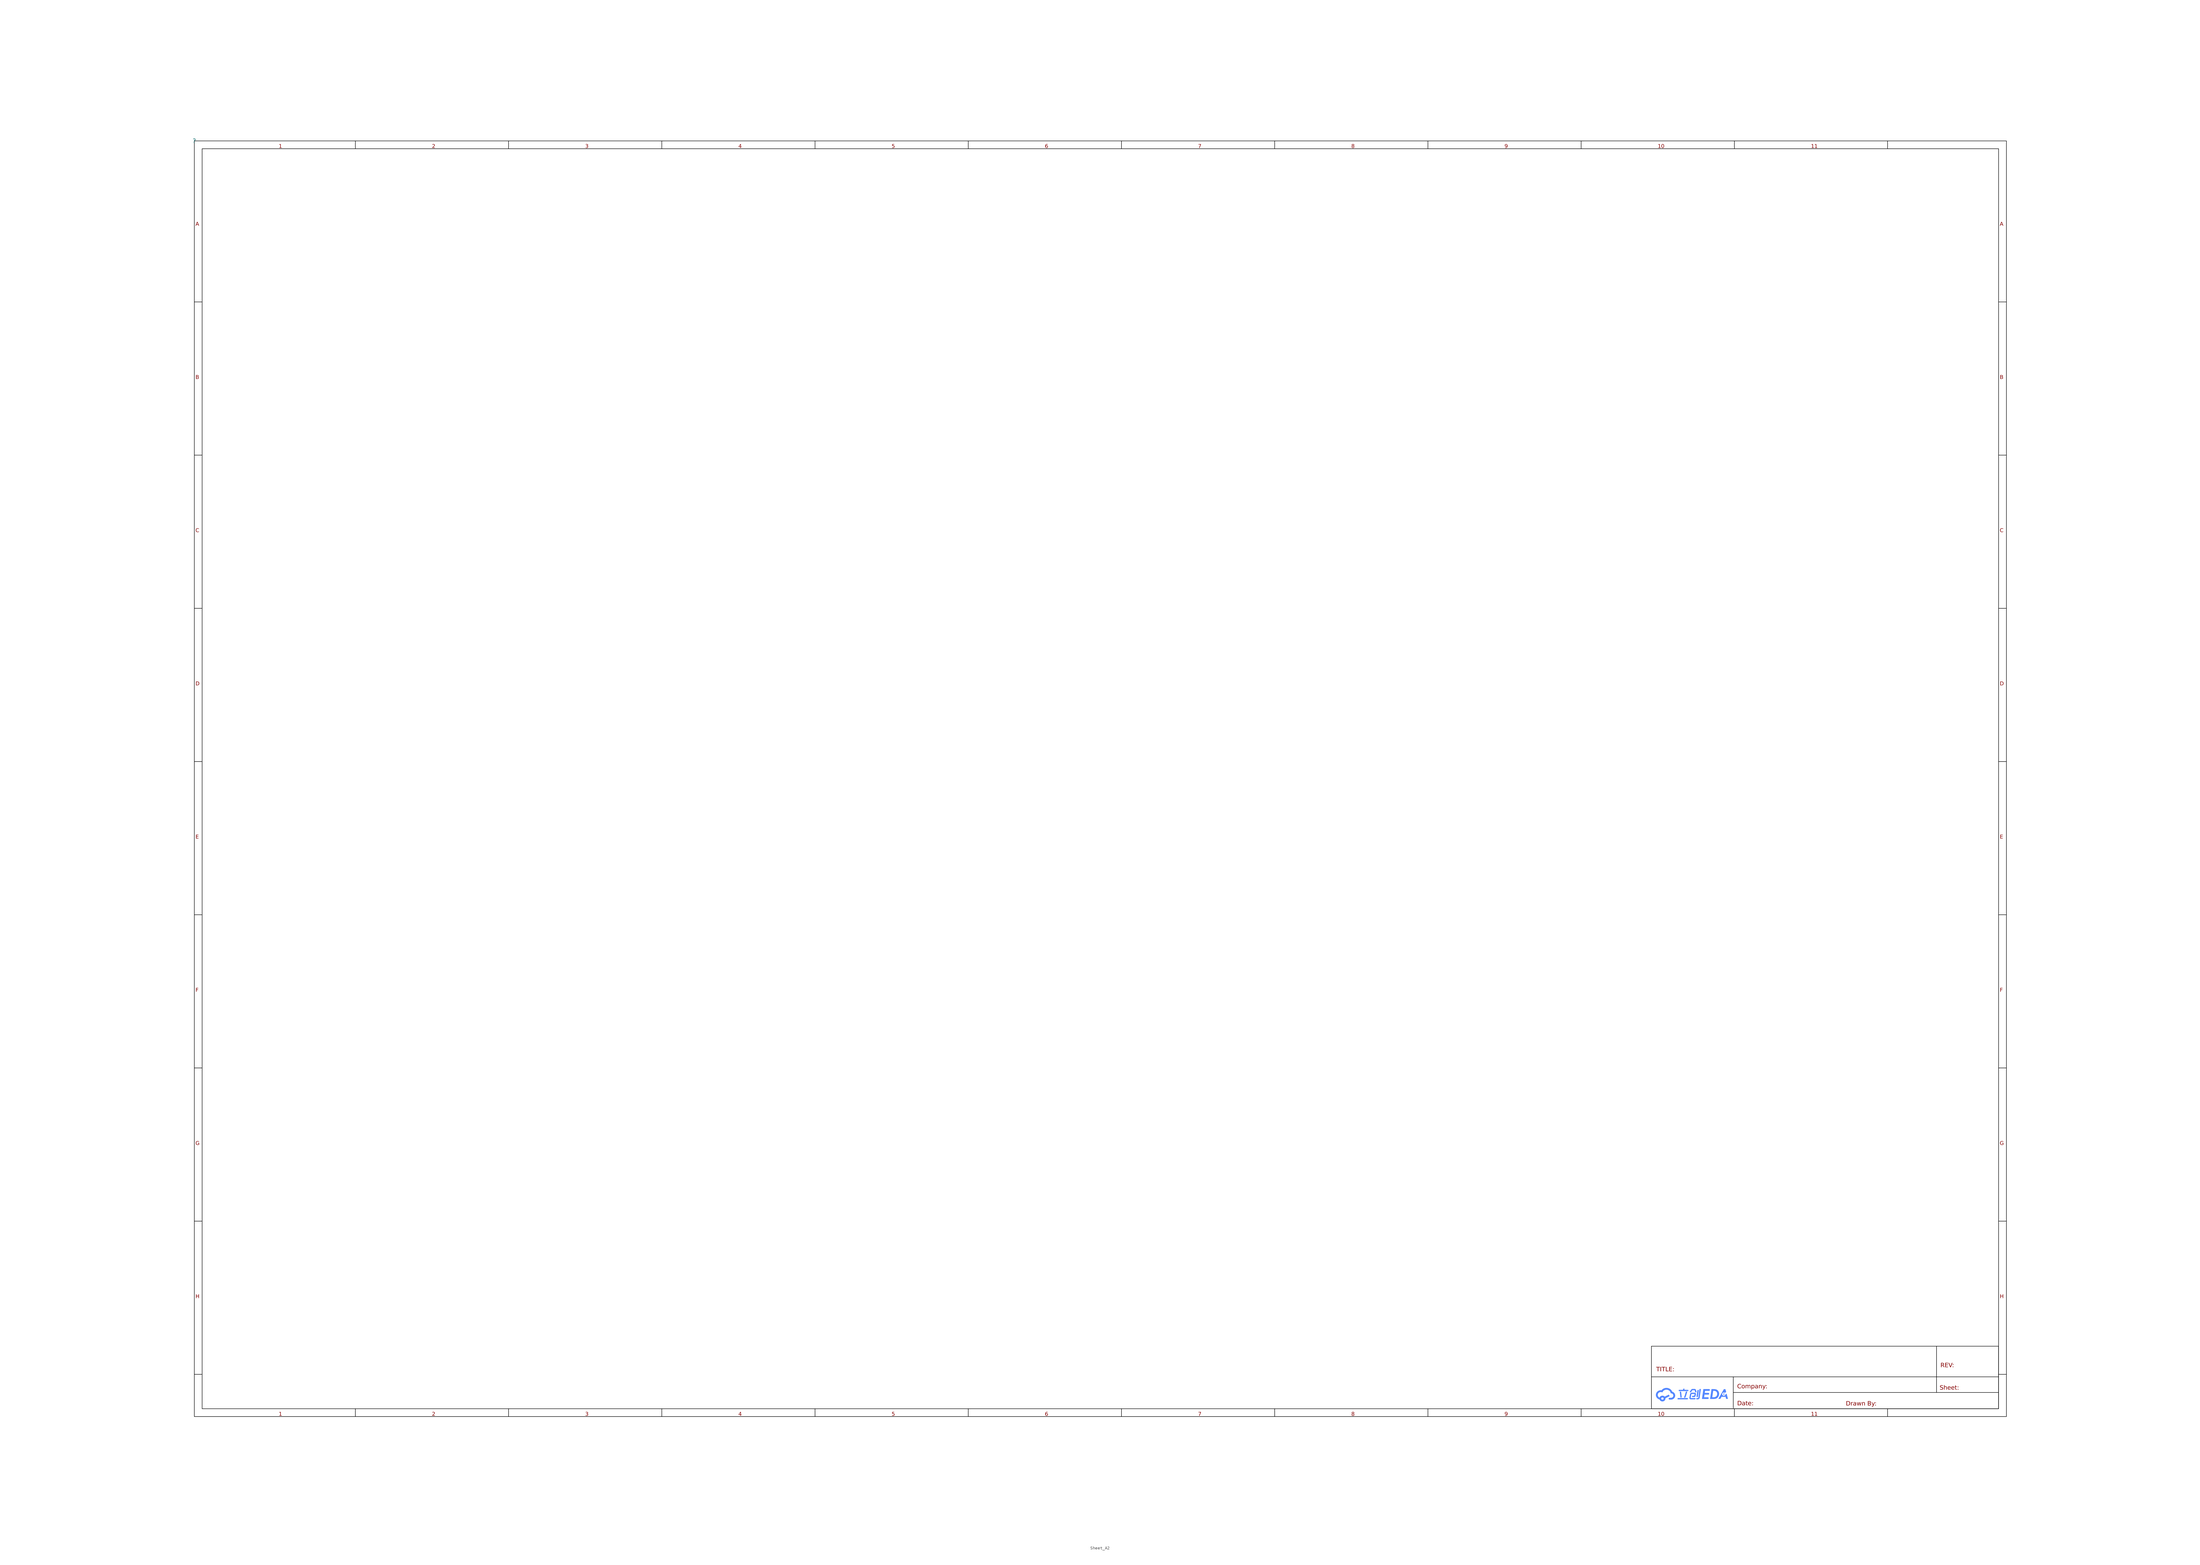
<source format=kicad_sym>
(kicad_symbol_lib
  (version 20231120)
  (generator "kicad_symbol_editor")
  (generator_version "8.0")
  (symbol "Sheet_A2"
    (property "Reference" ""
      (at 0 0 0)
      (effects (font (size 1.27 1.27))))
    (property "Value" ""
      (at 0 0 0)
      (effects (font (size 1.27 1.27))))
    (symbol "Sheet_A2_0_0"
      (polyline (pts (xy 488.532 -408.019) (xy 488.53 -408.029) (xy 488.528 -408.039) (xy 488.526 -408.049) (xy 488.522 -408.059) (xy 488.519 -408.069) (xy 488.515 -408.078) (xy 488.511 -408.087) (xy 488.506 -408.096) (xy 488.501 -408.104) (xy 488.495 -408.113) (xy 488.489 -408.121) (xy 488.483 -408.129) (xy 488.476 -408.136) (xy 488.469 -408.144) (xy 488.462 -408.151) (xy 488.455 -408.157) (xy 488.447 -408.163) (xy 488.439 -408.17) (xy 488.43 -408.175) (xy 488.422 -408.18) (xy 488.413 -408.185) (xy 488.404 -408.19) (xy 488.394 -408.194) (xy 488.385 -408.198) (xy 488.375 -408.201) (xy 488.365 -408.204) (xy 488.354 -408.207) (xy 488.344 -408.209) (xy 488.334 -408.21) (xy 488.323 -408.212) (xy 488.312 -408.212) (xy 488.301 -408.213) (xy 488.293 -408.213) (xy 488.282 -408.212) (xy 488.271 -408.211) (xy 488.26 -408.21) (xy 488.25 -408.208) (xy 488.239 -408.205) (xy 488.228 -408.202) (xy 488.218 -408.199) (xy 488.208 -408.195) (xy 488.198 -408.19) (xy 488.188 -408.185) (xy 488.179 -408.18) (xy 488.17 -408.174) (xy 488.161 -408.167) (xy 488.153 -408.161) (xy 488.145 -408.153) (xy 488.137 -408.146) (xy 488.13 -408.137) (xy 488.123 -408.129) (xy 488.117 -408.12) (xy 488.111 -408.111) (xy 488.106 -408.101) (xy 488.102 -408.092) (xy 488.098 -408.082) (xy 488.094 -408.072) (xy 488.091 -408.062) (xy 488.089 -408.052) (xy 488.087 -408.041) (xy 488.086 -408.031) (xy 488.085 -408.021) (xy 488.085 -408.01) (xy 488.085 -408) (xy 488.086 -407.99) (xy 488.395 -405.91) (xy 488.844 -405.91) (xy 488.532 -408.019)) (stroke (width -0.0001) (type solid)) (fill (type color) (color 85 136 255 1)))
      (polyline (pts (xy 485.093 -406.417) (xy 485.091 -406.422) (xy 485.019 -406.66) (xy 484.946 -406.908) (xy 484.799 -407.411) (xy 484.722 -407.656) (xy 484.643 -407.89) (xy 484.56 -408.108) (xy 484.516 -408.209) (xy 484.472 -408.305) (xy 484.464 -408.319) (xy 484.455 -408.332) (xy 484.446 -408.345) (xy 484.435 -408.357) (xy 484.424 -408.369) (xy 484.412 -408.379) (xy 484.399 -408.389) (xy 484.386 -408.398) (xy 484.372 -408.406) (xy 484.357 -408.413) (xy 484.342 -408.419) (xy 484.327 -408.424) (xy 484.311 -408.428) (xy 484.295 -408.43) (xy 484.279 -408.432) (xy 484.263 -408.433) (xy 484.256 -408.433) (xy 484.249 -408.432) (xy 484.242 -408.432) (xy 484.235 -408.431) (xy 484.228 -408.43) (xy 484.221 -408.428) (xy 484.214 -408.427) (xy 484.207 -408.425) (xy 484.183 -408.419) (xy 484.173 -408.416) (xy 484.164 -408.411) (xy 484.155 -408.407) (xy 484.146 -408.402) (xy 484.137 -408.396) (xy 484.129 -408.39) (xy 484.122 -408.384) (xy 484.114 -408.378) (xy 484.107 -408.371) (xy 484.1 -408.364) (xy 484.094 -408.357) (xy 484.088 -408.349) (xy 484.083 -408.341) (xy 484.078 -408.333) (xy 484.073 -408.324) (xy 484.069 -408.315) (xy 484.065 -408.305) (xy 484.061 -408.295) (xy 484.058 -408.285) (xy 484.055 -408.274) (xy 484.053 -408.264) (xy 484.052 -408.253) (xy 484.051 -408.243) (xy 484.051 -408.232) (xy 484.051 -408.221) (xy 484.052 -408.211) (xy 484.053 -408.2) (xy 484.055 -408.19) (xy 484.058 -408.179) (xy 484.061 -408.169) (xy 484.065 -408.159) (xy 484.069 -408.149) (xy 484.109 -408.063) (xy 484.148 -407.971) (xy 484.223 -407.772) (xy 484.295 -407.556) (xy 484.364 -407.328) (xy 484.499 -406.859) (xy 484.566 -406.628) (xy 484.634 -406.405) (xy 485.096 -406.405) (xy 485.093 -406.417)) (stroke (width -0.0001) (type solid)) (fill (type color) (color 85 136 255 1)))
      (polyline (pts (xy 483.267 -408.153) (xy 483.268 -408.163) (xy 483.268 -408.172) (xy 483.268 -408.182) (xy 483.267 -408.191) (xy 483.266 -408.2) (xy 483.264 -408.21) (xy 483.262 -408.219) (xy 483.26 -408.228) (xy 483.257 -408.237) (xy 483.253 -408.245) (xy 483.25 -408.254) (xy 483.245 -408.262) (xy 483.241 -408.271) (xy 483.236 -408.279) (xy 483.231 -408.286) (xy 483.225 -408.294) (xy 483.219 -408.301) (xy 483.213 -408.309) (xy 483.206 -408.316) (xy 483.199 -408.322) (xy 483.192 -408.329) (xy 483.185 -408.335) (xy 483.177 -408.341) (xy 483.169 -408.346) (xy 483.16 -408.352) (xy 483.151 -408.357) (xy 483.142 -408.361) (xy 483.133 -408.366) (xy 483.124 -408.37) (xy 483.114 -408.373) (xy 483.104 -408.376) (xy 483.094 -408.379) (xy 483.089 -408.381) (xy 483.084 -408.382) (xy 483.078 -408.383) (xy 483.072 -408.383) (xy 483.066 -408.384) (xy 483.06 -408.385) (xy 483.054 -408.385) (xy 483.048 -408.385) (xy 483.043 -408.385) (xy 483.033 -408.385) (xy 483.024 -408.384) (xy 483.014 -408.383) (xy 483.005 -408.382) (xy 482.996 -408.38) (xy 482.987 -408.378) (xy 482.978 -408.376) (xy 482.97 -408.373) (xy 482.962 -408.37) (xy 482.954 -408.367) (xy 482.945 -408.363) (xy 482.938 -408.359) (xy 482.93 -408.355) (xy 482.923 -408.351) (xy 482.916 -408.346) (xy 482.909 -408.341) (xy 482.903 -408.335) (xy 482.897 -408.329) (xy 482.89 -408.323) (xy 482.885 -408.317) (xy 482.879 -408.311) (xy 482.874 -408.304) (xy 482.869 -408.297) (xy 482.865 -408.29) (xy 482.861 -408.282) (xy 482.857 -408.275) (xy 482.853 -408.267) (xy 482.85 -408.259) (xy 482.848 -408.25) (xy 482.845 -408.242) (xy 482.843 -408.233) (xy 482.841 -408.224) (xy 482.841 -408.219) (xy 482.645 -406.442) (xy 482.645 -406.441) (xy 483.082 -406.441) (xy 483.267 -408.153)) (stroke (width -0.0001) (type solid)) (fill (type color) (color 85 136 255 1)))
      (polyline (pts (xy 485.121 -408.513) (xy 485.132 -408.514) (xy 485.142 -408.515) (xy 485.153 -408.517) (xy 485.163 -408.52) (xy 485.173 -408.523) (xy 485.183 -408.526) (xy 485.193 -408.53) (xy 485.203 -408.535) (xy 485.212 -408.539) (xy 485.221 -408.545) (xy 485.23 -408.551) (xy 485.239 -408.557) (xy 485.247 -408.564) (xy 485.255 -408.571) (xy 485.263 -408.579) (xy 485.27 -408.587) (xy 485.277 -408.595) (xy 485.283 -408.604) (xy 485.288 -408.613) (xy 485.293 -408.623) (xy 485.298 -408.632) (xy 485.302 -408.642) (xy 485.306 -408.652) (xy 485.309 -408.663) (xy 485.311 -408.673) (xy 485.313 -408.684) (xy 485.314 -408.694) (xy 485.315 -408.705) (xy 485.315 -408.716) (xy 485.314 -408.727) (xy 485.313 -408.738) (xy 485.312 -408.748) (xy 485.31 -408.758) (xy 485.308 -408.768) (xy 485.305 -408.778) (xy 485.302 -408.788) (xy 485.298 -408.797) (xy 485.294 -408.806) (xy 485.29 -408.815) (xy 485.285 -408.824) (xy 485.28 -408.833) (xy 485.274 -408.841) (xy 485.268 -408.849) (xy 485.262 -408.857) (xy 485.256 -408.865) (xy 485.249 -408.872) (xy 485.241 -408.879) (xy 485.234 -408.885) (xy 485.226 -408.892) (xy 485.218 -408.898) (xy 485.21 -408.904) (xy 485.201 -408.909) (xy 485.192 -408.914) (xy 485.183 -408.918) (xy 485.174 -408.923) (xy 485.164 -408.926) (xy 485.155 -408.93) (xy 485.145 -408.933) (xy 485.135 -408.935) (xy 485.125 -408.938) (xy 485.115 -408.939) (xy 485.105 -408.94) (xy 485.094 -408.941) (xy 485.084 -408.942) (xy 482.022 -408.942) (xy 482.017 -408.941) (xy 482.012 -408.941) (xy 482.006 -408.94) (xy 482.001 -408.94) (xy 481.996 -408.938) (xy 481.991 -408.937) (xy 481.986 -408.935) (xy 481.982 -408.934) (xy 481.977 -408.932) (xy 481.973 -408.93) (xy 481.968 -408.927) (xy 481.964 -408.925) (xy 481.96 -408.922) (xy 481.956 -408.919) (xy 481.953 -408.916) (xy 481.949 -408.913) (xy 481.946 -408.909) (xy 481.942 -408.906) (xy 481.939 -408.902) (xy 481.937 -408.898) (xy 481.934 -408.894) (xy 481.931 -408.89) (xy 481.929 -408.886) (xy 481.927 -408.881) (xy 481.925 -408.877) (xy 481.924 -408.872) (xy 481.922 -408.868) (xy 481.921 -408.863) (xy 481.92 -408.858) (xy 481.92 -408.853) (xy 481.919 -408.848) (xy 481.919 -408.843) (xy 481.919 -408.842) (xy 481.918 -408.842) (xy 481.95 -408.513) (xy 485.11 -408.513) (xy 485.121 -408.513)) (stroke (width -0.0001) (type solid)) (fill (type color) (color 85 136 255 1)))
      (polyline (pts (xy 497.726 -406.579) (xy 497.267 -406.82) (xy 497.251 -406.81) (xy 497.234 -406.8) (xy 497.217 -406.79) (xy 497.199 -406.781) (xy 497.181 -406.773) (xy 497.163 -406.766) (xy 497.144 -406.759) (xy 497.125 -406.752) (xy 497.105 -406.747) (xy 497.086 -406.742) (xy 497.065 -406.738) (xy 497.045 -406.734) (xy 497.025 -406.731) (xy 497.004 -406.73) (xy 496.983 -406.728) (xy 496.961 -406.728) (xy 496.934 -406.729) (xy 496.906 -406.731) (xy 496.88 -406.734) (xy 496.853 -406.738) (xy 496.827 -406.744) (xy 496.802 -406.751) (xy 496.777 -406.759) (xy 496.752 -406.768) (xy 496.729 -406.779) (xy 496.706 -406.79) (xy 496.683 -406.802) (xy 496.661 -406.815) (xy 496.64 -406.83) (xy 496.62 -406.845) (xy 496.601 -406.861) (xy 496.582 -406.878) (xy 496.564 -406.896) (xy 496.547 -406.914) (xy 496.531 -406.933) (xy 496.516 -406.954) (xy 496.502 -406.974) (xy 496.489 -406.996) (xy 496.478 -407.018) (xy 496.467 -407.041) (xy 496.457 -407.064) (xy 496.449 -407.087) (xy 496.442 -407.112) (xy 496.436 -407.137) (xy 496.431 -407.162) (xy 496.427 -407.187) (xy 496.425 -407.213) (xy 496.425 -407.24) (xy 496.425 -407.266) (xy 496.427 -407.292) (xy 496.431 -407.318) (xy 496.436 -407.343) (xy 496.442 -407.368) (xy 496.449 -407.392) (xy 496.457 -407.416) (xy 496.467 -407.439) (xy 496.478 -407.462) (xy 496.489 -407.484) (xy 496.502 -407.505) (xy 496.516 -407.526) (xy 496.531 -407.546) (xy 496.547 -407.565) (xy 496.564 -407.584) (xy 496.582 -407.602) (xy 496.601 -407.618) (xy 496.62 -407.635) (xy 496.64 -407.65) (xy 496.661 -407.664) (xy 496.683 -407.677) (xy 496.706 -407.69) (xy 496.729 -407.701) (xy 496.752 -407.711) (xy 496.777 -407.72) (xy 496.802 -407.728) (xy 496.827 -407.735) (xy 496.853 -407.741) (xy 496.88 -407.745) (xy 496.906 -407.749) (xy 496.934 -407.751) (xy 496.961 -407.751) (xy 496.987 -407.751) (xy 497.013 -407.749) (xy 497.038 -407.746) (xy 497.062 -407.742) (xy 497.087 -407.737) (xy 497.111 -407.731) (xy 497.134 -407.724) (xy 497.157 -407.716) (xy 497.179 -407.707) (xy 497.201 -407.697) (xy 497.223 -407.687) (xy 497.243 -407.675) (xy 497.264 -407.662) (xy 497.283 -407.649) (xy 497.302 -407.635) (xy 497.32 -407.62) (xy 497.338 -407.604) (xy 497.354 -407.588) (xy 497.37 -407.571) (xy 497.385 -407.553) (xy 497.4 -407.535) (xy 497.413 -407.516) (xy 497.426 -407.496) (xy 497.437 -407.476) (xy 497.448 -407.455) (xy 497.458 -407.434) (xy 497.467 -407.412) (xy 497.474 -407.39) (xy 497.481 -407.368) (xy 497.487 -407.345) (xy 497.492 -407.321) (xy 497.495 -407.298) (xy 497.865 -407.104) (xy 498.305 -408.785) (xy 497.701 -408.785) (xy 497.525 -408.114) (xy 496.211 -408.114) (xy 495.835 -408.785) (xy 495.165 -408.785) (xy 496.954 -405.629) (xy 497.478 -405.629) (xy 497.726 -406.579)) (stroke (width -0.0001) (type solid)) (fill (type color) (color 85 136 255 1)))
      (polyline (pts (xy 496.986 -407.032) (xy 496.996 -407.033) (xy 497.007 -407.034) (xy 497.017 -407.036) (xy 497.027 -407.038) (xy 497.037 -407.041) (xy 497.046 -407.044) (xy 497.056 -407.048) (xy 497.065 -407.052) (xy 497.074 -407.056) (xy 497.082 -407.061) (xy 497.091 -407.067) (xy 497.099 -407.072) (xy 497.107 -407.078) (xy 497.114 -407.084) (xy 497.121 -407.091) (xy 497.128 -407.098) (xy 497.134 -407.105) (xy 497.14 -407.113) (xy 497.146 -407.12) (xy 497.151 -407.128) (xy 497.156 -407.137) (xy 497.161 -407.145) (xy 497.165 -407.154) (xy 497.169 -407.163) (xy 497.172 -407.173) (xy 497.174 -407.182) (xy 497.177 -407.192) (xy 497.178 -407.201) (xy 497.18 -407.211) (xy 497.18 -407.221) (xy 497.18 -407.231) (xy 497.18 -407.242) (xy 497.179 -407.252) (xy 497.178 -407.262) (xy 497.176 -407.271) (xy 497.173 -407.281) (xy 497.17 -407.29) (xy 497.167 -407.299) (xy 497.163 -407.308) (xy 497.159 -407.317) (xy 497.154 -407.325) (xy 497.149 -407.334) (xy 497.144 -407.342) (xy 497.138 -407.349) (xy 497.132 -407.357) (xy 497.125 -407.364) (xy 497.118 -407.371) (xy 497.111 -407.377) (xy 497.103 -407.383) (xy 497.095 -407.389) (xy 497.087 -407.394) (xy 497.079 -407.4) (xy 497.07 -407.404) (xy 497.061 -407.409) (xy 497.052 -407.412) (xy 497.042 -407.416) (xy 497.033 -407.419) (xy 497.023 -407.421) (xy 497.013 -407.423) (xy 497.002 -407.425) (xy 496.992 -407.426) (xy 496.981 -407.427) (xy 496.971 -407.427) (xy 496.96 -407.427) (xy 496.95 -407.426) (xy 496.939 -407.425) (xy 496.929 -407.423) (xy 496.919 -407.42) (xy 496.909 -407.418) (xy 496.899 -407.414) (xy 496.89 -407.411) (xy 496.881 -407.407) (xy 496.872 -407.402) (xy 496.863 -407.397) (xy 496.855 -407.392) (xy 496.847 -407.387) (xy 496.839 -407.381) (xy 496.832 -407.374) (xy 496.825 -407.368) (xy 496.818 -407.361) (xy 496.811 -407.353) (xy 496.805 -407.346) (xy 496.8 -407.338) (xy 496.794 -407.33) (xy 496.789 -407.322) (xy 496.785 -407.313) (xy 496.781 -407.304) (xy 496.777 -407.295) (xy 496.774 -407.286) (xy 496.771 -407.277) (xy 496.769 -407.267) (xy 496.767 -407.257) (xy 496.766 -407.247) (xy 496.766 -407.237) (xy 496.765 -407.227) (xy 496.766 -407.217) (xy 496.767 -407.207) (xy 496.768 -407.197) (xy 496.77 -407.187) (xy 496.772 -407.178) (xy 496.775 -407.168) (xy 496.779 -407.159) (xy 496.783 -407.15) (xy 496.787 -407.142) (xy 496.791 -407.133) (xy 496.797 -407.125) (xy 496.802 -407.117) (xy 496.808 -407.109) (xy 496.814 -407.102) (xy 496.821 -407.095) (xy 496.828 -407.088) (xy 496.835 -407.082) (xy 496.843 -407.075) (xy 496.851 -407.07) (xy 496.859 -407.064) (xy 496.867 -407.059) (xy 496.876 -407.054) (xy 496.885 -407.05) (xy 496.894 -407.046) (xy 496.904 -407.043) (xy 496.913 -407.04) (xy 496.923 -407.037) (xy 496.933 -407.035) (xy 496.943 -407.033) (xy 496.954 -407.032) (xy 496.964 -407.032) (xy 496.975 -407.031) (xy 496.986 -407.032)) (stroke (width -0.0001) (type solid)) (fill (type color) (color 85 136 255 1)))
      (polyline (pts (xy 489.113 -408.413) (xy 489.106 -408.454) (xy 489.096 -408.493) (xy 489.084 -408.532) (xy 489.07 -408.569) (xy 489.053 -408.605) (xy 489.033 -408.64) (xy 489.011 -408.673) (xy 488.988 -408.704) (xy 488.962 -408.735) (xy 488.933 -408.763) (xy 488.904 -408.79) (xy 488.872 -408.814) (xy 488.838 -408.837) (xy 488.802 -408.858) (xy 488.765 -408.877) (xy 488.726 -408.894) (xy 488.713 -408.9) (xy 488.7 -408.905) (xy 488.686 -408.91) (xy 488.673 -408.915) (xy 488.659 -408.919) (xy 488.646 -408.923) (xy 488.632 -408.927) (xy 488.618 -408.93) (xy 488.604 -408.933) (xy 488.589 -408.935) (xy 488.575 -408.937) (xy 488.56 -408.939) (xy 488.545 -408.94) (xy 488.53 -408.941) (xy 488.515 -408.941) (xy 488.499 -408.942) (xy 488.193 -408.942) (xy 488.182 -408.941) (xy 488.171 -408.94) (xy 488.161 -408.939) (xy 488.15 -408.937) (xy 488.139 -408.934) (xy 488.128 -408.931) (xy 488.118 -408.928) (xy 488.108 -408.924) (xy 488.098 -408.919) (xy 488.088 -408.914) (xy 488.079 -408.909) (xy 488.07 -408.903) (xy 488.061 -408.896) (xy 488.053 -408.889) (xy 488.045 -408.882) (xy 488.038 -408.875) (xy 488.03 -408.866) (xy 488.024 -408.858) (xy 488.018 -408.849) (xy 488.012 -408.84) (xy 488.007 -408.83) (xy 488.002 -408.821) (xy 487.998 -408.811) (xy 487.995 -408.801) (xy 487.992 -408.791) (xy 487.99 -408.781) (xy 487.988 -408.771) (xy 487.987 -408.76) (xy 487.986 -408.749) (xy 487.986 -408.738) (xy 487.986 -408.728) (xy 487.988 -408.717) (xy 487.989 -408.709) (xy 487.991 -408.699) (xy 487.993 -408.689) (xy 487.996 -408.68) (xy 487.999 -408.67) (xy 488.002 -408.661) (xy 488.007 -408.651) (xy 488.011 -408.642) (xy 488.016 -408.633) (xy 488.021 -408.625) (xy 488.027 -408.616) (xy 488.033 -408.608) (xy 488.039 -408.601) (xy 488.046 -408.593) (xy 488.053 -408.586) (xy 488.06 -408.579) (xy 488.068 -408.572) (xy 488.076 -408.566) (xy 488.084 -408.56) (xy 488.092 -408.554) (xy 488.101 -408.549) (xy 488.11 -408.544) (xy 488.119 -408.539) (xy 488.128 -408.535) (xy 488.138 -408.531) (xy 488.148 -408.528) (xy 488.158 -408.525) (xy 488.168 -408.522) (xy 488.178 -408.52) (xy 488.188 -408.518) (xy 488.199 -408.517) (xy 488.209 -408.516) (xy 488.22 -408.516) (xy 488.526 -408.516) (xy 488.533 -408.516) (xy 488.539 -408.515) (xy 488.546 -408.515) (xy 488.552 -408.514) (xy 488.558 -408.512) (xy 488.564 -408.511) (xy 488.57 -408.509) (xy 488.576 -408.507) (xy 488.581 -408.505) (xy 488.587 -408.502) (xy 488.593 -408.499) (xy 488.598 -408.495) (xy 488.603 -408.492) (xy 488.609 -408.488) (xy 488.614 -408.483) (xy 488.62 -408.479) (xy 488.625 -408.473) (xy 488.63 -408.467) (xy 488.635 -408.462) (xy 488.64 -408.456) (xy 488.644 -408.45) (xy 488.648 -408.444) (xy 488.652 -408.438) (xy 488.655 -408.432) (xy 488.659 -408.425) (xy 488.662 -408.419) (xy 488.664 -408.413) (xy 488.666 -408.407) (xy 488.668 -408.401) (xy 488.67 -408.394) (xy 488.671 -408.388) (xy 488.673 -408.382) (xy 489.055 -405.571) (xy 489.5 -405.571) (xy 489.113 -408.413)) (stroke (width -0.0001) (type solid)) (fill (type color) (color 85 136 255 1)))
      (polyline (pts (xy 484.141 -405.843) (xy 485.258 -405.843) (xy 485.27 -405.843) (xy 485.282 -405.844) (xy 485.293 -405.845) (xy 485.305 -405.847) (xy 485.316 -405.849) (xy 485.327 -405.852) (xy 485.337 -405.856) (xy 485.347 -405.86) (xy 485.357 -405.864) (xy 485.367 -405.869) (xy 485.376 -405.875) (xy 485.385 -405.881) (xy 485.393 -405.888) (xy 485.401 -405.895) (xy 485.409 -405.903) (xy 485.416 -405.911) (xy 485.423 -405.92) (xy 485.43 -405.928) (xy 485.436 -405.937) (xy 485.441 -405.946) (xy 485.446 -405.955) (xy 485.45 -405.965) (xy 485.454 -405.975) (xy 485.458 -405.985) (xy 485.461 -405.995) (xy 485.463 -406.005) (xy 485.464 -406.016) (xy 485.466 -406.027) (xy 485.466 -406.037) (xy 485.466 -406.048) (xy 485.466 -406.059) (xy 485.464 -406.07) (xy 485.464 -406.074) (xy 485.463 -406.084) (xy 485.461 -406.094) (xy 485.458 -406.103) (xy 485.455 -406.113) (xy 485.451 -406.122) (xy 485.447 -406.131) (xy 485.443 -406.14) (xy 485.438 -406.149) (xy 485.433 -406.158) (xy 485.428 -406.166) (xy 485.422 -406.174) (xy 485.415 -406.181) (xy 485.409 -406.189) (xy 485.402 -406.196) (xy 485.394 -406.203) (xy 485.387 -406.209) (xy 485.379 -406.216) (xy 485.371 -406.221) (xy 485.363 -406.227) (xy 485.354 -406.232) (xy 485.345 -406.237) (xy 485.336 -406.242) (xy 485.326 -406.246) (xy 485.317 -406.249) (xy 485.307 -406.253) (xy 485.297 -406.256) (xy 485.287 -406.258) (xy 485.276 -406.26) (xy 485.266 -406.262) (xy 485.255 -406.263) (xy 485.244 -406.264) (xy 485.233 -406.264) (xy 482.401 -406.264) (xy 482.401 -406.262) (xy 482.396 -406.262) (xy 482.391 -406.262) (xy 482.386 -406.261) (xy 482.381 -406.26) (xy 482.376 -406.259) (xy 482.371 -406.257) (xy 482.366 -406.256) (xy 482.362 -406.254) (xy 482.357 -406.252) (xy 482.353 -406.25) (xy 482.349 -406.247) (xy 482.345 -406.245) (xy 482.341 -406.242) (xy 482.337 -406.239) (xy 482.333 -406.236) (xy 482.33 -406.233) (xy 482.326 -406.229) (xy 482.323 -406.226) (xy 482.32 -406.222) (xy 482.317 -406.218) (xy 482.315 -406.214) (xy 482.312 -406.21) (xy 482.31 -406.206) (xy 482.308 -406.202) (xy 482.306 -406.197) (xy 482.305 -406.193) (xy 482.303 -406.188) (xy 482.302 -406.184) (xy 482.301 -406.179) (xy 482.3 -406.174) (xy 482.3 -406.169) (xy 482.3 -406.164) (xy 482.3 -406.159) (xy 482.3 -406.156) (xy 482.3 -406.154) (xy 482.3 -406.152) (xy 482.3 -406.151) (xy 482.301 -406.149) (xy 482.301 -406.148) (xy 482.301 -406.147) (xy 482.301 -406.146) (xy 482.301 -406.145) (xy 482.331 -405.844) (xy 483.693 -405.843) (xy 483.745 -405.559) (xy 483.745 -405.554) (xy 483.746 -405.55) (xy 483.748 -405.545) (xy 483.749 -405.541) (xy 483.75 -405.537) (xy 483.752 -405.533) (xy 483.754 -405.529) (xy 483.756 -405.525) (xy 483.758 -405.521) (xy 483.76 -405.517) (xy 483.763 -405.513) (xy 483.766 -405.51) (xy 483.768 -405.507) (xy 483.771 -405.503) (xy 483.774 -405.5) (xy 483.778 -405.497) (xy 483.781 -405.494) (xy 483.785 -405.492) (xy 483.788 -405.489) (xy 483.792 -405.487) (xy 483.796 -405.485) (xy 483.8 -405.483) (xy 483.804 -405.481) (xy 483.808 -405.479) (xy 483.812 -405.478) (xy 483.817 -405.476) (xy 483.821 -405.475) (xy 483.826 -405.474) (xy 483.83 -405.474) (xy 483.835 -405.473) (xy 483.84 -405.473) (xy 483.845 -405.473) (xy 484.2 -405.473) (xy 484.141 -405.843)) (stroke (width -0.0001) (type solid)) (fill (type color) (color 85 136 255 1)))
      (polyline (pts (xy 493.576 -405.598) (xy 493.666 -405.6) (xy 493.752 -405.603) (xy 493.836 -405.608) (xy 493.916 -405.614) (xy 493.994 -405.621) (xy 494.068 -405.63) (xy 494.14 -405.64) (xy 494.209 -405.651) (xy 494.274 -405.664) (xy 494.337 -405.678) (xy 494.396 -405.693) (xy 494.452 -405.709) (xy 494.506 -405.727) (xy 494.556 -405.747) (xy 494.604 -405.767) (xy 494.649 -405.789) (xy 494.693 -405.812) (xy 494.737 -405.837) (xy 494.779 -405.864) (xy 494.82 -405.892) (xy 494.86 -405.921) (xy 494.899 -405.952) (xy 494.937 -405.985) (xy 494.974 -406.019) (xy 495.01 -406.054) (xy 495.044 -406.091) (xy 495.078 -406.13) (xy 495.11 -406.17) (xy 495.142 -406.212) (xy 495.172 -406.255) (xy 495.201 -406.3) (xy 495.229 -406.346) (xy 495.255 -406.392) (xy 495.279 -406.44) (xy 495.302 -406.488) (xy 495.322 -406.538) (xy 495.341 -406.588) (xy 495.358 -406.639) (xy 495.373 -406.691) (xy 495.387 -406.744) (xy 495.398 -406.798) (xy 495.408 -406.852) (xy 495.416 -406.908) (xy 495.423 -406.964) (xy 495.427 -407.022) (xy 495.43 -407.08) (xy 495.431 -407.139) (xy 495.43 -407.199) (xy 495.427 -407.259) (xy 495.422 -407.318) (xy 495.415 -407.377) (xy 495.407 -407.435) (xy 495.396 -407.493) (xy 495.384 -407.55) (xy 495.37 -407.606) (xy 495.353 -407.662) (xy 495.335 -407.717) (xy 495.315 -407.772) (xy 495.293 -407.825) (xy 495.269 -407.879) (xy 495.243 -407.932) (xy 495.215 -407.984) (xy 495.186 -408.036) (xy 495.155 -408.086) (xy 495.123 -408.134) (xy 495.09 -408.181) (xy 495.056 -408.226) (xy 495.021 -408.269) (xy 494.985 -408.31) (xy 494.948 -408.35) (xy 494.91 -408.388) (xy 494.871 -408.425) (xy 494.831 -408.459) (xy 494.789 -408.492) (xy 494.748 -408.523) (xy 494.704 -408.553) (xy 494.66 -408.58) (xy 494.615 -408.606) (xy 494.569 -408.631) (xy 494.522 -408.653) (xy 494.472 -408.675) (xy 494.42 -408.694) (xy 494.365 -408.713) (xy 494.308 -408.729) (xy 494.25 -408.745) (xy 494.188 -408.759) (xy 494.125 -408.771) (xy 494.059 -408.782) (xy 493.991 -408.792) (xy 493.921 -408.8) (xy 493.849 -408.806) (xy 493.774 -408.811) (xy 493.697 -408.815) (xy 493.618 -408.817) (xy 493.536 -408.818) (xy 492.486 -408.818) (xy 492.567 -408.256) (xy 493.207 -408.256) (xy 493.416 -408.256) (xy 493.533 -408.255) (xy 493.641 -408.251) (xy 493.692 -408.248) (xy 493.74 -408.245) (xy 493.787 -408.241) (xy 493.832 -408.236) (xy 493.874 -408.231) (xy 493.915 -408.225) (xy 493.953 -408.219) (xy 493.989 -408.212) (xy 494.024 -408.204) (xy 494.056 -408.196) (xy 494.086 -408.188) (xy 494.114 -408.178) (xy 494.151 -408.164) (xy 494.188 -408.149) (xy 494.224 -408.132) (xy 494.258 -408.114) (xy 494.292 -408.095) (xy 494.325 -408.074) (xy 494.357 -408.053) (xy 494.387 -408.03) (xy 494.418 -408.006) (xy 494.447 -407.981) (xy 494.474 -407.954) (xy 494.502 -407.926) (xy 494.528 -407.898) (xy 494.553 -407.867) (xy 494.577 -407.836) (xy 494.601 -407.803) (xy 494.623 -407.77) (xy 494.643 -407.735) (xy 494.663 -407.7) (xy 494.68 -407.663) (xy 494.697 -407.626) (xy 494.712 -407.587) (xy 494.725 -407.548) (xy 494.738 -407.508) (xy 494.748 -407.467) (xy 494.757 -407.425) (xy 494.765 -407.382) (xy 494.772 -407.337) (xy 494.777 -407.293) (xy 494.78 -407.247) (xy 494.782 -407.2) (xy 494.783 -407.152) (xy 494.783 -407.113) (xy 494.781 -407.074) (xy 494.779 -407.036) (xy 494.775 -406.999) (xy 494.77 -406.963) (xy 494.765 -406.927) (xy 494.758 -406.892) (xy 494.75 -406.858) (xy 494.742 -406.825) (xy 494.732 -406.793) (xy 494.722 -406.762) (xy 494.71 -406.731) (xy 494.697 -406.701) (xy 494.684 -406.672) (xy 494.669 -406.644) (xy 494.654 -406.616) (xy 494.637 -406.59) (xy 494.62 -406.564) (xy 494.601 -406.539) (xy 494.582 -406.515) (xy 494.563 -406.491) (xy 494.542 -406.468) (xy 494.521 -406.447) (xy 494.498 -406.425) (xy 494.475 -406.405) (xy 494.451 -406.385) (xy 494.426 -406.366) (xy 494.401 -406.348) (xy 494.374 -406.331) (xy 494.347 -406.314) (xy 494.319 -406.298) (xy 494.29 -406.283) (xy 494.26 -406.269) (xy 494.229 -406.255) (xy 494.196 -406.243) (xy 494.162 -406.232) (xy 494.127 -406.221) (xy 494.091 -406.211) (xy 494.054 -406.203) (xy 494.016 -406.195) (xy 493.976 -406.188) (xy 493.935 -406.182) (xy 493.893 -406.177) (xy 493.85 -406.173) (xy 493.805 -406.17) (xy 493.76 -406.168) (xy 493.712 -406.166) (xy 493.664 -406.166) (xy 493.505 -406.166) (xy 493.207 -408.256) (xy 492.567 -408.256) (xy 492.948 -405.598) (xy 493.483 -405.598) (xy 493.576 -405.598)) (stroke (width -0.0001) (type solid)) (fill (type color) (color 85 136 255 1)))
      (polyline (pts (xy 492.143 -405.596) (xy 492.158 -405.598) (xy 492.173 -405.599) (xy 492.188 -405.602) (xy 492.202 -405.605) (xy 492.216 -405.609) (xy 492.23 -405.613) (xy 492.244 -405.618) (xy 492.257 -405.624) (xy 492.27 -405.63) (xy 492.283 -405.637) (xy 492.295 -405.645) (xy 492.307 -405.653) (xy 492.318 -405.661) (xy 492.329 -405.67) (xy 492.339 -405.68) (xy 492.349 -405.69) (xy 492.359 -405.7) (xy 492.368 -405.711) (xy 492.377 -405.722) (xy 492.384 -405.733) (xy 492.392 -405.745) (xy 492.399 -405.758) (xy 492.405 -405.77) (xy 492.41 -405.783) (xy 492.415 -405.797) (xy 492.419 -405.81) (xy 492.423 -405.824) (xy 492.426 -405.838) (xy 492.428 -405.852) (xy 492.429 -405.867) (xy 492.43 -405.882) (xy 492.43 -405.896) (xy 492.428 -405.911) (xy 492.427 -405.925) (xy 492.424 -405.939) (xy 492.421 -405.953) (xy 492.416 -405.966) (xy 492.412 -405.98) (xy 492.406 -405.993) (xy 492.401 -406.005) (xy 492.394 -406.018) (xy 492.387 -406.03) (xy 492.379 -406.041) (xy 492.37 -406.052) (xy 492.362 -406.063) (xy 492.352 -406.074) (xy 492.342 -406.084) (xy 492.332 -406.093) (xy 492.321 -406.102) (xy 492.31 -406.11) (xy 492.298 -406.118) (xy 492.286 -406.126) (xy 492.273 -406.133) (xy 492.26 -406.139) (xy 492.247 -406.145) (xy 492.233 -406.15) (xy 492.219 -406.154) (xy 492.205 -406.158) (xy 492.191 -406.161) (xy 492.176 -406.164) (xy 492.161 -406.166) (xy 492.146 -406.167) (xy 492.13 -406.167) (xy 490.866 -406.169) (xy 490.77 -406.837) (xy 491.954 -406.837) (xy 491.967 -406.839) (xy 491.98 -406.842) (xy 491.993 -406.845) (xy 492.006 -406.849) (xy 492.018 -406.854) (xy 492.03 -406.859) (xy 492.042 -406.864) (xy 492.053 -406.87) (xy 492.064 -406.876) (xy 492.075 -406.883) (xy 492.085 -406.89) (xy 492.096 -406.898) (xy 492.105 -406.906) (xy 492.115 -406.915) (xy 492.124 -406.923) (xy 492.132 -406.933) (xy 492.14 -406.942) (xy 492.148 -406.952) (xy 492.155 -406.962) (xy 492.162 -406.973) (xy 492.169 -406.983) (xy 492.175 -406.994) (xy 492.18 -407.006) (xy 492.185 -407.017) (xy 492.189 -407.029) (xy 492.193 -407.041) (xy 492.196 -407.053) (xy 492.199 -407.066) (xy 492.201 -407.079) (xy 492.202 -407.091) (xy 492.203 -407.105) (xy 492.204 -407.118) (xy 492.203 -407.132) (xy 492.202 -407.147) (xy 492.2 -407.161) (xy 492.198 -407.175) (xy 492.194 -407.189) (xy 492.19 -407.203) (xy 492.186 -407.216) (xy 492.18 -407.229) (xy 492.174 -407.241) (xy 492.168 -407.254) (xy 492.16 -407.266) (xy 492.153 -407.277) (xy 492.144 -407.289) (xy 492.135 -407.299) (xy 492.126 -407.31) (xy 492.116 -407.32) (xy 492.106 -407.329) (xy 492.095 -407.338) (xy 492.083 -407.347) (xy 492.072 -407.355) (xy 492.06 -407.362) (xy 492.047 -407.369) (xy 492.034 -407.375) (xy 492.021 -407.381) (xy 492.007 -407.386) (xy 491.993 -407.39) (xy 491.979 -407.394) (xy 491.964 -407.398) (xy 491.95 -407.4) (xy 491.935 -407.402) (xy 491.92 -407.403) (xy 491.904 -407.403) (xy 490.687 -407.402) (xy 490.562 -408.256) (xy 491.743 -408.254) (xy 491.759 -408.255) (xy 491.774 -408.256) (xy 491.788 -408.257) (xy 491.803 -408.26) (xy 491.817 -408.263) (xy 491.831 -408.267) (xy 491.845 -408.271) (xy 491.858 -408.276) (xy 491.871 -408.282) (xy 491.884 -408.288) (xy 491.896 -408.295) (xy 491.908 -408.302) (xy 491.92 -408.31) (xy 491.931 -408.318) (xy 491.942 -408.327) (xy 491.952 -408.336) (xy 491.962 -408.346) (xy 491.971 -408.356) (xy 491.98 -408.367) (xy 491.988 -408.378) (xy 491.995 -408.389) (xy 492.003 -408.401) (xy 492.009 -408.413) (xy 492.015 -408.426) (xy 492.02 -408.438) (xy 492.025 -408.451) (xy 492.029 -408.465) (xy 492.032 -408.478) (xy 492.035 -408.492) (xy 492.037 -408.507) (xy 492.038 -408.521) (xy 492.038 -408.535) (xy 492.038 -408.55) (xy 492.037 -408.564) (xy 492.035 -408.578) (xy 492.033 -408.591) (xy 492.029 -408.605) (xy 492.025 -408.618) (xy 492.021 -408.631) (xy 492.016 -408.644) (xy 492.01 -408.656) (xy 492.003 -408.668) (xy 491.996 -408.68) (xy 491.989 -408.691) (xy 491.981 -408.702) (xy 491.972 -408.712) (xy 491.963 -408.723) (xy 491.954 -408.732) (xy 491.943 -408.742) (xy 491.933 -408.75) (xy 491.922 -408.759) (xy 491.911 -408.767) (xy 491.899 -408.774) (xy 491.887 -408.781) (xy 491.874 -408.787) (xy 491.861 -408.793) (xy 491.848 -408.798) (xy 491.835 -408.803) (xy 491.821 -408.807) (xy 491.807 -408.81) (xy 491.792 -408.813) (xy 491.778 -408.815) (xy 491.763 -408.816) (xy 491.748 -408.817) (xy 489.843 -408.817) (xy 490.305 -405.596) (xy 492.127 -405.596) (xy 492.143 -405.596)) (stroke (width -0.0001) (type solid)) (fill (type color) (color 85 136 255 1)))
      (polyline (pts (xy 487.4 -405.544) (xy 487.427 -405.545) (xy 487.453 -405.547) (xy 487.478 -405.549) (xy 487.502 -405.552) (xy 487.526 -405.555) (xy 487.548 -405.559) (xy 487.57 -405.564) (xy 487.592 -405.569) (xy 487.612 -405.575) (xy 487.632 -405.582) (xy 487.652 -405.589) (xy 487.67 -405.597) (xy 487.688 -405.605) (xy 487.706 -405.615) (xy 487.722 -405.624) (xy 487.73 -405.63) (xy 487.744 -405.641) (xy 487.757 -405.653) (xy 487.771 -405.666) (xy 487.784 -405.679) (xy 487.796 -405.693) (xy 487.808 -405.708) (xy 487.82 -405.724) (xy 487.832 -405.74) (xy 487.843 -405.757) (xy 487.854 -405.775) (xy 487.865 -405.793) (xy 487.875 -405.813) (xy 487.885 -405.832) (xy 487.894 -405.853) (xy 487.904 -405.875) (xy 487.913 -405.897) (xy 487.914 -405.899) (xy 488.1 -406.517) (xy 488.098 -406.517) (xy 488.099 -406.52) (xy 488.1 -406.524) (xy 488.101 -406.527) (xy 488.102 -406.53) (xy 488.102 -406.534) (xy 488.103 -406.538) (xy 488.103 -406.541) (xy 488.103 -406.545) (xy 488.103 -406.55) (xy 488.103 -406.555) (xy 488.102 -406.56) (xy 488.101 -406.565) (xy 488.1 -406.569) (xy 488.099 -406.574) (xy 488.097 -406.578) (xy 488.095 -406.583) (xy 488.093 -406.587) (xy 488.091 -406.591) (xy 488.088 -406.595) (xy 488.086 -406.599) (xy 488.083 -406.603) (xy 488.08 -406.607) (xy 488.077 -406.61) (xy 488.073 -406.613) (xy 488.07 -406.617) (xy 488.066 -406.62) (xy 488.062 -406.623) (xy 488.058 -406.625) (xy 488.054 -406.628) (xy 488.05 -406.63) (xy 488.046 -406.632) (xy 488.041 -406.634) (xy 488.036 -406.636) (xy 488.032 -406.637) (xy 488.027 -406.639) (xy 488.022 -406.64) (xy 488.017 -406.641) (xy 488.012 -406.641) (xy 488.007 -406.642) (xy 488.002 -406.642) (xy 488 -406.642) (xy 487.998 -406.642) (xy 487.997 -406.642) (xy 487.996 -406.642) (xy 487.995 -406.642) (xy 487.995 -406.641) (xy 487.994 -406.641) (xy 487.993 -406.641) (xy 487.992 -406.641) (xy 487.991 -406.64) (xy 487.99 -406.64) (xy 487.989 -406.64) (xy 487.988 -406.639) (xy 487.988 -406.639) (xy 487.988 -406.64) (xy 487.663 -406.64) (xy 487.485 -406.053) (xy 487.483 -406.048) (xy 487.481 -406.043) (xy 487.479 -406.038) (xy 487.476 -406.033) (xy 487.474 -406.028) (xy 487.471 -406.024) (xy 487.468 -406.019) (xy 487.465 -406.014) (xy 487.462 -406.01) (xy 487.458 -406.006) (xy 487.455 -406.002) (xy 487.451 -405.998) (xy 487.447 -405.994) (xy 487.443 -405.991) (xy 487.439 -405.987) (xy 487.435 -405.984) (xy 487.432 -405.982) (xy 487.429 -405.981) (xy 487.425 -405.979) (xy 487.421 -405.977) (xy 487.416 -405.976) (xy 487.411 -405.974) (xy 487.406 -405.973) (xy 487.401 -405.972) (xy 487.395 -405.971) (xy 487.389 -405.97) (xy 487.382 -405.97) (xy 487.376 -405.969) (xy 487.369 -405.969) (xy 487.361 -405.968) (xy 487.354 -405.968) (xy 487.346 -405.968) (xy 486.844 -405.968) (xy 486.835 -405.968) (xy 486.827 -405.968) (xy 486.818 -405.969) (xy 486.81 -405.969) (xy 486.803 -405.97) (xy 486.795 -405.971) (xy 486.788 -405.972) (xy 486.781 -405.973) (xy 486.774 -405.975) (xy 486.768 -405.977) (xy 486.762 -405.978) (xy 486.756 -405.98) (xy 486.75 -405.983) (xy 486.745 -405.985) (xy 486.739 -405.988) (xy 486.735 -405.99) (xy 486.729 -405.994) (xy 486.723 -405.998) (xy 486.717 -406.002) (xy 486.712 -406.007) (xy 486.706 -406.011) (xy 486.7 -406.016) (xy 486.695 -406.021) (xy 486.69 -406.026) (xy 486.685 -406.032) (xy 486.679 -406.038) (xy 486.674 -406.043) (xy 486.67 -406.049) (xy 486.665 -406.055) (xy 486.66 -406.062) (xy 486.656 -406.068) (xy 486.652 -406.075) (xy 486.65 -406.078) (xy 486.585 -406.18) (xy 486.515 -406.291) (xy 486.446 -406.403) (xy 486.38 -406.511) (xy 486.373 -406.523) (xy 486.296 -406.642) (xy 485.975 -406.642) (xy 485.969 -406.642) (xy 485.964 -406.641) (xy 485.959 -406.641) (xy 485.954 -406.64) (xy 485.949 -406.639) (xy 485.944 -406.637) (xy 485.94 -406.636) (xy 485.935 -406.634) (xy 485.931 -406.632) (xy 485.926 -406.63) (xy 485.922 -406.628) (xy 485.918 -406.625) (xy 485.914 -406.623) (xy 485.91 -406.62) (xy 485.906 -406.617) (xy 485.903 -406.613) (xy 485.899 -406.61) (xy 485.896 -406.607) (xy 485.893 -406.603) (xy 485.89 -406.599) (xy 485.888 -406.595) (xy 485.885 -406.591) (xy 485.883 -406.587) (xy 485.881 -406.583) (xy 485.879 -406.578) (xy 485.878 -406.574) (xy 485.876 -406.569) (xy 485.875 -406.565) (xy 485.874 -406.56) (xy 485.874 -406.555) (xy 485.873 -406.55) (xy 485.873 -406.545) (xy 485.873 -406.542) (xy 485.873 -406.539) (xy 485.874 -406.536) (xy 485.874 -406.533) (xy 485.875 -406.53) (xy 485.875 -406.527) (xy 485.876 -406.524) (xy 485.877 -406.522) (xy 485.877 -406.519) (xy 485.878 -406.516) (xy 485.879 -406.513) (xy 485.88 -406.511) (xy 485.882 -406.508) (xy 485.883 -406.505) (xy 485.884 -406.503) (xy 485.886 -406.5) (xy 485.884 -406.499) (xy 486.276 -405.876) (xy 486.288 -405.856) (xy 486.301 -405.837) (xy 486.314 -405.818) (xy 486.327 -405.8) (xy 486.341 -405.782) (xy 486.355 -405.765) (xy 486.37 -405.748) (xy 486.385 -405.732) (xy 486.401 -405.717) (xy 486.417 -405.702) (xy 486.433 -405.688) (xy 486.449 -405.674) (xy 486.466 -405.661) (xy 486.484 -405.649) (xy 486.501 -405.637) (xy 486.519 -405.626) (xy 486.536 -405.616) (xy 486.555 -405.607) (xy 486.573 -405.598) (xy 486.592 -405.59) (xy 486.612 -405.583) (xy 486.633 -405.576) (xy 486.654 -405.57) (xy 486.675 -405.565) (xy 486.698 -405.56) (xy 486.721 -405.556) (xy 486.744 -405.552) (xy 486.768 -405.549) (xy 486.793 -405.547) (xy 486.818 -405.545) (xy 486.844 -405.544) (xy 486.87 -405.544) (xy 487.373 -405.544) (xy 487.4 -405.544)) (stroke (width -0.0001) (type solid)) (fill (type color) (color 85 136 255 1)))
      (polyline (pts (xy 487.501 -406.773) (xy 487.519 -406.774) (xy 487.538 -406.776) (xy 487.556 -406.778) (xy 487.574 -406.781) (xy 487.591 -406.785) (xy 487.608 -406.789) (xy 487.625 -406.794) (xy 487.642 -406.8) (xy 487.658 -406.806) (xy 487.673 -406.813) (xy 487.689 -406.82) (xy 487.704 -406.828) (xy 487.718 -406.837) (xy 487.733 -406.846) (xy 487.746 -406.855) (xy 487.76 -406.865) (xy 487.772 -406.876) (xy 487.785 -406.887) (xy 487.797 -406.899) (xy 487.808 -406.911) (xy 487.819 -406.924) (xy 487.829 -406.937) (xy 487.839 -406.951) (xy 487.848 -406.965) (xy 487.857 -406.98) (xy 487.865 -406.995) (xy 487.873 -407.01) (xy 487.88 -407.026) (xy 487.886 -407.042) (xy 487.892 -407.059) (xy 487.897 -407.076) (xy 487.9 -407.087) (xy 487.903 -407.097) (xy 487.906 -407.108) (xy 487.908 -407.119) (xy 487.91 -407.13) (xy 487.911 -407.141) (xy 487.913 -407.153) (xy 487.913 -407.164) (xy 487.914 -407.176) (xy 487.914 -407.188) (xy 487.914 -407.199) (xy 487.913 -407.211) (xy 487.912 -407.223) (xy 487.91 -407.235) (xy 487.909 -407.247) (xy 487.906 -407.259) (xy 487.757 -407.851) (xy 487.754 -407.87) (xy 487.75 -407.888) (xy 487.745 -407.906) (xy 487.74 -407.924) (xy 487.733 -407.941) (xy 487.726 -407.958) (xy 487.718 -407.974) (xy 487.709 -407.99) (xy 487.699 -408.006) (xy 487.689 -408.022) (xy 487.677 -408.036) (xy 487.665 -408.051) (xy 487.652 -408.065) (xy 487.639 -408.078) (xy 487.624 -408.091) (xy 487.609 -408.103) (xy 487.594 -408.115) (xy 487.577 -408.125) (xy 487.56 -408.136) (xy 487.543 -408.146) (xy 487.525 -408.155) (xy 487.506 -408.163) (xy 487.487 -408.171) (xy 487.467 -408.178) (xy 487.446 -408.184) (xy 487.425 -408.19) (xy 487.404 -408.194) (xy 487.382 -408.198) (xy 487.36 -408.201) (xy 487.337 -408.203) (xy 487.314 -408.205) (xy 487.29 -408.205) (xy 487.262 -408.204) (xy 487.257 -408.204) (xy 487.253 -408.204) (xy 487.248 -408.205) (xy 487.244 -408.205) (xy 487.24 -408.205) (xy 487.235 -408.205) (xy 487.226 -408.205) (xy 486.806 -408.205) (xy 486.795 -408.205) (xy 486.784 -408.204) (xy 486.773 -408.203) (xy 486.763 -408.201) (xy 486.752 -408.198) (xy 486.742 -408.195) (xy 486.732 -408.192) (xy 486.722 -408.188) (xy 486.712 -408.183) (xy 486.703 -408.178) (xy 486.693 -408.173) (xy 486.685 -408.167) (xy 486.676 -408.16) (xy 486.668 -408.154) (xy 486.661 -408.146) (xy 486.653 -408.138) (xy 486.647 -408.13) (xy 486.64 -408.122) (xy 486.635 -408.113) (xy 486.63 -408.105) (xy 486.625 -408.096) (xy 486.621 -408.086) (xy 486.618 -408.077) (xy 486.615 -408.067) (xy 486.612 -408.058) (xy 486.611 -408.048) (xy 486.609 -408.038) (xy 486.609 -408.027) (xy 486.608 -408.017) (xy 486.609 -408.007) (xy 486.61 -407.997) (xy 486.611 -407.986) (xy 486.613 -407.976) (xy 486.615 -407.966) (xy 486.617 -407.956) (xy 486.62 -407.947) (xy 486.624 -407.937) (xy 486.628 -407.928) (xy 486.632 -407.919) (xy 486.637 -407.91) (xy 486.642 -407.901) (xy 486.647 -407.892) (xy 486.653 -407.884) (xy 486.659 -407.876) (xy 486.666 -407.868) (xy 486.68 -407.853) (xy 486.696 -407.84) (xy 486.712 -407.828) (xy 486.73 -407.817) (xy 486.739 -407.812) (xy 486.748 -407.807) (xy 486.758 -407.803) (xy 486.768 -407.799) (xy 486.777 -407.796) (xy 486.788 -407.793) (xy 486.798 -407.79) (xy 486.808 -407.788) (xy 486.818 -407.786) (xy 486.829 -407.785) (xy 486.839 -407.784) (xy 486.85 -407.784) (xy 487.27 -407.784) (xy 487.273 -407.784) (xy 487.277 -407.784) (xy 487.281 -407.784) (xy 487.284 -407.783) (xy 487.287 -407.782) (xy 487.291 -407.781) (xy 487.294 -407.781) (xy 487.297 -407.779) (xy 487.3 -407.778) (xy 487.304 -407.777) (xy 487.307 -407.775) (xy 487.31 -407.774) (xy 487.312 -407.772) (xy 487.315 -407.77) (xy 487.318 -407.768) (xy 487.32 -407.766) (xy 487.323 -407.764) (xy 487.325 -407.761) (xy 487.328 -407.759) (xy 487.33 -407.756) (xy 487.332 -407.753) (xy 487.334 -407.751) (xy 487.336 -407.748) (xy 487.338 -407.745) (xy 487.339 -407.741) (xy 487.341 -407.738) (xy 487.342 -407.735) (xy 487.344 -407.732) (xy 487.345 -407.728) (xy 487.346 -407.725) (xy 487.347 -407.721) (xy 487.348 -407.717) (xy 487.465 -407.229) (xy 487.465 -407.227) (xy 487.466 -407.226) (xy 487.466 -407.224) (xy 487.466 -407.222) (xy 487.466 -407.221) (xy 487.466 -407.219) (xy 487.467 -407.218) (xy 487.467 -407.216) (xy 487.467 -407.215) (xy 487.467 -407.214) (xy 487.467 -407.213) (xy 487.467 -407.212) (xy 487.467 -407.211) (xy 487.466 -407.21) (xy 487.466 -407.209) (xy 487.466 -407.208) (xy 487.466 -407.207) (xy 487.466 -407.207) (xy 487.466 -407.206) (xy 487.465 -407.205) (xy 487.465 -407.205) (xy 487.465 -407.204) (xy 487.464 -407.204) (xy 487.464 -407.203) (xy 487.464 -407.202) (xy 487.463 -407.201) (xy 487.462 -407.2) (xy 487.457 -407.194) (xy 487.456 -407.193) (xy 487.454 -407.193) (xy 487.452 -407.193) (xy 487.45 -407.193) (xy 487.447 -407.192) (xy 487.443 -407.192) (xy 487.438 -407.192) (xy 486.5 -407.192) (xy 486.495 -407.192) (xy 486.491 -407.192) (xy 486.486 -407.193) (xy 486.482 -407.193) (xy 486.479 -407.193) (xy 486.475 -407.194) (xy 486.474 -407.194) (xy 486.472 -407.195) (xy 486.471 -407.195) (xy 486.469 -407.196) (xy 486.468 -407.196) (xy 486.466 -407.197) (xy 486.465 -407.197) (xy 486.464 -407.198) (xy 486.462 -407.198) (xy 486.461 -407.199) (xy 486.46 -407.2) (xy 486.459 -407.2) (xy 486.457 -407.202) (xy 486.455 -407.203) (xy 486.453 -407.205) (xy 486.451 -407.207) (xy 486.443 -407.213) (xy 486.439 -407.215) (xy 486.436 -407.218) (xy 486.433 -407.22) (xy 486.431 -407.223) (xy 486.428 -407.225) (xy 486.426 -407.228) (xy 486.424 -407.23) (xy 486.423 -407.233) (xy 486.421 -407.235) (xy 486.42 -407.238) (xy 486.418 -407.241) (xy 486.417 -407.244) (xy 486.416 -407.248) (xy 486.415 -407.251) (xy 486.414 -407.255) (xy 486.413 -407.259) (xy 486.19 -408.416) (xy 486.189 -408.42) (xy 486.189 -408.424) (xy 486.188 -408.427) (xy 486.188 -408.43) (xy 486.188 -408.434) (xy 486.188 -408.437) (xy 486.188 -408.44) (xy 486.188 -408.443) (xy 486.188 -408.445) (xy 486.188 -408.448) (xy 486.188 -408.45) (xy 486.188 -408.453) (xy 486.189 -408.455) (xy 486.189 -408.457) (xy 486.19 -408.46) (xy 486.191 -408.462) (xy 486.191 -408.464) (xy 486.192 -408.466) (xy 486.193 -408.467) (xy 486.193 -408.469) (xy 486.194 -408.471) (xy 486.195 -408.472) (xy 486.197 -408.475) (xy 486.199 -408.478) (xy 486.2 -408.481) (xy 486.202 -408.483) (xy 486.204 -408.485) (xy 486.207 -408.488) (xy 486.21 -408.491) (xy 486.214 -408.495) (xy 486.217 -408.498) (xy 486.221 -408.501) (xy 486.225 -408.503) (xy 486.229 -408.506) (xy 486.233 -408.508) (xy 486.237 -408.51) (xy 486.242 -408.512) (xy 486.246 -408.513) (xy 486.251 -408.514) (xy 486.256 -408.516) (xy 486.26 -408.516) (xy 486.265 -408.517) (xy 486.271 -408.517) (xy 486.276 -408.517) (xy 487.572 -408.517) (xy 487.584 -408.518) (xy 487.596 -408.519) (xy 487.607 -408.52) (xy 487.618 -408.522) (xy 487.628 -408.524) (xy 487.638 -408.527) (xy 487.649 -408.531) (xy 487.658 -408.535) (xy 487.668 -408.539) (xy 487.677 -408.544) (xy 487.686 -408.549) (xy 487.695 -408.555) (xy 487.703 -408.562) (xy 487.711 -408.568) (xy 487.718 -408.575) (xy 487.725 -408.583) (xy 487.732 -408.591) (xy 487.738 -408.6) (xy 487.744 -408.609) (xy 487.749 -408.618) (xy 487.754 -408.627) (xy 487.758 -408.637) (xy 487.762 -408.646) (xy 487.765 -408.656) (xy 487.767 -408.666) (xy 487.769 -408.677) (xy 487.77 -408.687) (xy 487.771 -408.698) (xy 487.771 -408.708) (xy 487.77 -408.719) (xy 487.769 -408.73) (xy 487.767 -408.741) (xy 487.766 -408.748) (xy 487.764 -408.758) (xy 487.761 -408.768) (xy 487.758 -408.778) (xy 487.755 -408.788) (xy 487.751 -408.797) (xy 487.747 -408.807) (xy 487.742 -408.816) (xy 487.737 -408.825) (xy 487.731 -408.833) (xy 487.725 -408.841) (xy 487.719 -408.849) (xy 487.712 -408.857) (xy 487.706 -408.865) (xy 487.698 -408.872) (xy 487.691 -408.879) (xy 487.683 -408.885) (xy 487.675 -408.892) (xy 487.667 -408.897) (xy 487.658 -408.903) (xy 487.649 -408.908) (xy 487.64 -408.913) (xy 487.631 -408.918) (xy 487.621 -408.922) (xy 487.612 -408.925) (xy 487.602 -408.929) (xy 487.592 -408.932) (xy 487.582 -408.934) (xy 487.571 -408.936) (xy 487.561 -408.938) (xy 487.55 -408.939) (xy 487.54 -408.94) (xy 487.529 -408.94) (xy 486.232 -408.94) (xy 486.216 -408.94) (xy 486.201 -408.939) (xy 486.186 -408.938) (xy 486.171 -408.937) (xy 486.157 -408.935) (xy 486.143 -408.933) (xy 486.129 -408.931) (xy 486.116 -408.928) (xy 486.102 -408.925) (xy 486.089 -408.921) (xy 486.077 -408.917) (xy 486.064 -408.912) (xy 486.052 -408.908) (xy 486.04 -408.902) (xy 486.028 -408.897) (xy 486.017 -408.891) (xy 485.993 -408.88) (xy 485.971 -408.868) (xy 485.949 -408.856) (xy 485.928 -408.842) (xy 485.908 -408.827) (xy 485.89 -408.81) (xy 485.872 -408.793) (xy 485.855 -408.775) (xy 485.84 -408.756) (xy 485.825 -408.736) (xy 485.812 -408.715) (xy 485.8 -408.693) (xy 485.789 -408.671) (xy 485.779 -408.647) (xy 485.771 -408.623) (xy 485.764 -408.598) (xy 485.761 -408.586) (xy 485.758 -408.574) (xy 485.755 -408.561) (xy 485.753 -408.548) (xy 485.751 -408.536) (xy 485.75 -408.522) (xy 485.748 -408.509) (xy 485.748 -408.496) (xy 485.748 -408.483) (xy 485.748 -408.469) (xy 485.748 -408.456) (xy 485.749 -408.442) (xy 485.75 -408.428) (xy 485.752 -408.414) (xy 485.754 -408.401) (xy 485.756 -408.387) (xy 485.978 -407.231) (xy 485.983 -407.208) (xy 485.989 -407.185) (xy 485.996 -407.163) (xy 486.004 -407.141) (xy 486.013 -407.119) (xy 486.023 -407.098) (xy 486.034 -407.077) (xy 486.046 -407.056) (xy 486.06 -407.036) (xy 486.074 -407.016) (xy 486.088 -406.997) (xy 486.104 -406.978) (xy 486.121 -406.96) (xy 486.138 -406.943) (xy 486.157 -406.926) (xy 486.176 -406.909) (xy 486.196 -406.894) (xy 486.217 -406.878) (xy 486.239 -406.864) (xy 486.261 -406.851) (xy 486.283 -406.839) (xy 486.306 -406.828) (xy 486.329 -406.817) (xy 486.352 -406.808) (xy 486.375 -406.8) (xy 486.399 -406.793) (xy 486.423 -406.787) (xy 486.447 -406.782) (xy 486.471 -406.778) (xy 486.496 -406.775) (xy 486.52 -406.773) (xy 486.544 -406.773) (xy 487.482 -406.773) (xy 487.501 -406.773)) (stroke (width -0.0001) (type solid)) (fill (type color) (color 85 136 255 1)))
      (polyline (pts (xy 478.407 -405.213) (xy 478.5 -405.219) (xy 478.591 -405.229) (xy 478.681 -405.243) (xy 478.771 -405.261) (xy 478.859 -405.282) (xy 478.946 -405.308) (xy 479.032 -405.337) (xy 479.116 -405.37) (xy 479.199 -405.407) (xy 479.28 -405.447) (xy 479.359 -405.491) (xy 479.436 -405.538) (xy 479.511 -405.589) (xy 479.583 -405.643) (xy 479.654 -405.7) (xy 479.698 -405.739) (xy 479.741 -405.779) (xy 479.782 -405.821) (xy 479.822 -405.863) (xy 479.861 -405.907) (xy 479.898 -405.951) (xy 479.934 -405.997) (xy 479.968 -406.043) (xy 480.001 -406.09) (xy 480.032 -406.138) (xy 480.062 -406.187) (xy 480.09 -406.237) (xy 480.117 -406.287) (xy 480.142 -406.338) (xy 480.165 -406.39) (xy 480.187 -406.442) (xy 480.291 -406.478) (xy 480.39 -406.521) (xy 480.485 -406.57) (xy 480.576 -406.627) (xy 480.661 -406.69) (xy 480.741 -406.759) (xy 480.815 -406.834) (xy 480.883 -406.914) (xy 480.944 -406.999) (xy 480.998 -407.089) (xy 481.045 -407.182) (xy 481.084 -407.28) (xy 481.115 -407.381) (xy 481.137 -407.486) (xy 481.145 -407.539) (xy 481.15 -407.593) (xy 481.154 -407.647) (xy 481.155 -407.702) (xy 481.153 -407.765) (xy 481.149 -407.827) (xy 481.141 -407.888) (xy 481.13 -407.949) (xy 481.117 -408.009) (xy 481.101 -408.068) (xy 481.081 -408.126) (xy 481.059 -408.184) (xy 481.035 -408.24) (xy 481.007 -408.296) (xy 480.977 -408.35) (xy 480.944 -408.402) (xy 480.908 -408.454) (xy 480.87 -408.504) (xy 480.829 -408.553) (xy 480.786 -408.599) (xy 480.741 -408.644) (xy 480.694 -408.686) (xy 480.645 -408.726) (xy 480.595 -408.764) (xy 480.543 -408.799) (xy 480.489 -408.832) (xy 480.434 -408.863) (xy 480.377 -408.891) (xy 480.319 -408.916) (xy 480.26 -408.939) (xy 480.2 -408.959) (xy 480.139 -408.977) (xy 480.077 -408.992) (xy 480.014 -409.004) (xy 479.95 -409.014) (xy 479.886 -409.02) (xy 479.859 -409.022) (xy 479.305 -409.022) (xy 479.305 -409.019) (xy 479.291 -409.017) (xy 479.276 -409.015) (xy 479.262 -409.012) (xy 479.248 -409.009) (xy 479.234 -409.005) (xy 479.22 -409.001) (xy 479.207 -408.995) (xy 479.194 -408.99) (xy 479.181 -408.983) (xy 479.169 -408.977) (xy 479.157 -408.969) (xy 479.146 -408.962) (xy 479.135 -408.953) (xy 479.124 -408.945) (xy 479.114 -408.935) (xy 479.104 -408.926) (xy 479.094 -408.916) (xy 479.086 -408.905) (xy 479.077 -408.895) (xy 479.069 -408.883) (xy 479.062 -408.872) (xy 479.055 -408.86) (xy 479.049 -408.848) (xy 479.043 -408.835) (xy 479.038 -408.822) (xy 479.034 -408.809) (xy 479.03 -408.796) (xy 479.027 -408.782) (xy 479.025 -408.769) (xy 479.023 -408.754) (xy 479.022 -408.74) (xy 479.022 -408.726) (xy 479.022 -408.711) (xy 479.023 -408.696) (xy 479.025 -408.681) (xy 479.028 -408.667) (xy 479.031 -408.652) (xy 479.035 -408.638) (xy 479.04 -408.625) (xy 479.046 -408.611) (xy 479.052 -408.598) (xy 479.059 -408.586) (xy 479.066 -408.573) (xy 479.074 -408.561) (xy 479.083 -408.55) (xy 479.092 -408.539) (xy 479.102 -408.528) (xy 479.112 -408.518) (xy 479.123 -408.508) (xy 479.134 -408.499) (xy 479.146 -408.49) (xy 479.158 -408.482) (xy 479.171 -408.474) (xy 479.183 -408.467) (xy 479.197 -408.46) (xy 479.21 -408.454) (xy 479.224 -408.449) (xy 479.239 -408.445) (xy 479.253 -408.441) (xy 479.268 -408.437) (xy 479.284 -408.435) (xy 479.299 -408.433) (xy 479.315 -408.432) (xy 479.33 -408.431) (xy 479.338 -408.431) (xy 479.346 -408.432) (xy 479.353 -408.432) (xy 479.361 -408.433) (xy 479.368 -408.433) (xy 479.376 -408.434) (xy 479.384 -408.436) (xy 479.391 -408.437) (xy 479.834 -408.437) (xy 479.871 -408.433) (xy 479.908 -408.428) (xy 479.943 -408.421) (xy 479.979 -408.412) (xy 480.013 -408.402) (xy 480.047 -408.39) (xy 480.08 -408.377) (xy 480.112 -408.363) (xy 480.144 -408.347) (xy 480.174 -408.33) (xy 480.204 -408.312) (xy 480.232 -408.292) (xy 480.26 -408.271) (xy 480.287 -408.249) (xy 480.312 -408.226) (xy 480.337 -408.202) (xy 480.36 -408.177) (xy 480.382 -408.151) (xy 480.403 -408.124) (xy 480.422 -408.096) (xy 480.44 -408.067) (xy 480.457 -408.037) (xy 480.473 -408.006) (xy 480.487 -407.975) (xy 480.499 -407.943) (xy 480.51 -407.91) (xy 480.519 -407.877) (xy 480.527 -407.843) (xy 480.533 -407.809) (xy 480.538 -407.774) (xy 480.54 -407.738) (xy 480.541 -407.702) (xy 480.54 -407.664) (xy 480.537 -407.627) (xy 480.532 -407.59) (xy 480.526 -407.554) (xy 480.517 -407.518) (xy 480.507 -407.483) (xy 480.494 -407.449) (xy 480.481 -407.415) (xy 480.465 -407.382) (xy 480.448 -407.351) (xy 480.429 -407.32) (xy 480.409 -407.29) (xy 480.388 -407.261) (xy 480.365 -407.233) (xy 480.34 -407.206) (xy 480.315 -407.181) (xy 480.288 -407.156) (xy 480.26 -407.133) (xy 480.231 -407.111) (xy 480.2 -407.091) (xy 480.169 -407.071) (xy 480.136 -407.054) (xy 480.103 -407.037) (xy 480.069 -407.022) (xy 480.034 -407.009) (xy 479.998 -406.998) (xy 479.961 -406.988) (xy 479.923 -406.979) (xy 479.885 -406.973) (xy 479.846 -406.968) (xy 479.807 -406.966) (xy 479.767 -406.964) (xy 479.749 -406.965) (xy 479.739 -406.965) (xy 479.73 -406.965) (xy 479.721 -406.965) (xy 479.711 -406.966) (xy 479.702 -406.966) (xy 479.692 -406.967) (xy 479.684 -406.906) (xy 479.672 -406.846) (xy 479.657 -406.786) (xy 479.64 -406.727) (xy 479.62 -406.67) (xy 479.597 -406.614) (xy 479.572 -406.559) (xy 479.544 -406.505) (xy 479.514 -406.453) (xy 479.482 -406.403) (xy 479.447 -406.353) (xy 479.41 -406.306) (xy 479.371 -406.26) (xy 479.329 -406.216) (xy 479.286 -406.173) (xy 479.241 -406.133) (xy 479.194 -406.094) (xy 479.145 -406.058) (xy 479.094 -406.023) (xy 479.042 -405.991) (xy 478.989 -405.961) (xy 478.933 -405.933) (xy 478.877 -405.908) (xy 478.818 -405.884) (xy 478.759 -405.864) (xy 478.699 -405.846) (xy 478.637 -405.83) (xy 478.574 -405.817) (xy 478.51 -405.807) (xy 478.445 -405.8) (xy 478.38 -405.795) (xy 478.313 -405.794) (xy 478.256 -405.795) (xy 478.199 -405.798) (xy 478.143 -405.804) (xy 478.088 -405.811) (xy 478.033 -405.821) (xy 477.979 -405.832) (xy 477.926 -405.846) (xy 477.874 -405.861) (xy 477.823 -405.879) (xy 477.773 -405.898) (xy 477.723 -405.919) (xy 477.675 -405.942) (xy 477.628 -405.966) (xy 477.582 -405.992) (xy 477.537 -406.02) (xy 477.493 -406.049) (xy 477.451 -406.08) (xy 477.409 -406.113) (xy 477.37 -406.146) (xy 477.331 -406.182) (xy 477.294 -406.218) (xy 477.259 -406.256) (xy 477.225 -406.296) (xy 477.193 -406.336) (xy 477.162 -406.378) (xy 477.133 -406.421) (xy 477.106 -406.465) (xy 477.08 -406.51) (xy 477.056 -406.556) (xy 477.034 -406.603) (xy 477.014 -406.651) (xy 476.996 -406.7) (xy 476.967 -406.683) (xy 476.938 -406.668) (xy 476.907 -406.653) (xy 476.877 -406.639) (xy 476.845 -406.626) (xy 476.814 -406.615) (xy 476.781 -406.604) (xy 476.749 -406.594) (xy 476.715 -406.586) (xy 476.682 -406.578) (xy 476.648 -406.572) (xy 476.613 -406.567) (xy 476.578 -406.562) (xy 476.543 -406.559) (xy 476.508 -406.558) (xy 476.472 -406.557) (xy 476.421 -406.558) (xy 476.371 -406.562) (xy 476.321 -406.568) (xy 476.273 -406.576) (xy 476.225 -406.587) (xy 476.178 -406.599) (xy 476.132 -406.614) (xy 476.087 -406.631) (xy 476.043 -406.65) (xy 476.001 -406.671) (xy 475.959 -406.693) (xy 475.919 -406.718) (xy 475.881 -406.744) (xy 475.843 -406.772) (xy 475.807 -406.802) (xy 475.773 -406.833) (xy 475.74 -406.866) (xy 475.709 -406.9) (xy 475.68 -406.936) (xy 475.653 -406.973) (xy 475.627 -407.011) (xy 475.603 -407.05) (xy 475.581 -407.091) (xy 475.562 -407.132) (xy 475.544 -407.175) (xy 475.528 -407.219) (xy 475.515 -407.264) (xy 475.504 -407.309) (xy 475.495 -407.355) (xy 475.489 -407.402) (xy 475.485 -407.45) (xy 475.484 -407.499) (xy 475.485 -407.535) (xy 475.487 -407.57) (xy 475.49 -407.606) (xy 475.495 -407.641) (xy 475.501 -407.675) (xy 475.509 -407.709) (xy 475.518 -407.743) (xy 475.528 -407.776) (xy 475.539 -407.809) (xy 475.551 -407.841) (xy 475.565 -407.872) (xy 475.579 -407.903) (xy 475.595 -407.933) (xy 475.612 -407.963) (xy 475.63 -407.992) (xy 475.649 -408.02) (xy 475.669 -408.048) (xy 475.69 -408.075) (xy 475.712 -408.101) (xy 475.735 -408.126) (xy 475.759 -408.151) (xy 475.784 -408.175) (xy 475.81 -408.197) (xy 475.836 -408.219) (xy 475.864 -408.24) (xy 475.892 -408.261) (xy 475.921 -408.28) (xy 475.95 -408.298) (xy 475.981 -408.316) (xy 476.012 -408.332) (xy 476.043 -408.347) (xy 476.075 -408.361) (xy 476.104 -408.295) (xy 476.137 -408.23) (xy 476.175 -408.169) (xy 476.218 -408.111) (xy 476.265 -408.056) (xy 476.317 -408.005) (xy 476.372 -407.957) (xy 476.431 -407.914) (xy 476.493 -407.874) (xy 476.558 -407.84) (xy 476.627 -407.81) (xy 476.698 -407.784) (xy 476.771 -407.764) (xy 476.847 -407.75) (xy 476.925 -407.741) (xy 476.964 -407.739) (xy 477.004 -407.738) (xy 477.059 -407.74) (xy 477.113 -407.744) (xy 477.166 -407.751) (xy 477.218 -407.761) (xy 477.27 -407.773) (xy 477.32 -407.788) (xy 477.369 -407.805) (xy 477.416 -407.825) (xy 477.463 -407.847) (xy 477.508 -407.871) (xy 477.551 -407.897) (xy 477.593 -407.926) (xy 477.633 -407.956) (xy 477.672 -407.988) (xy 477.709 -408.022) (xy 477.743 -408.058) (xy 479.065 -407.396) (xy 479.368 -407.896) (xy 477.985 -408.587) (xy 477.986 -408.599) (xy 477.988 -408.61) (xy 477.988 -408.621) (xy 477.989 -408.633) (xy 477.989 -408.644) (xy 477.99 -408.656) (xy 477.99 -408.667) (xy 477.99 -408.678) (xy 477.989 -408.726) (xy 477.985 -408.774) (xy 477.979 -408.821) (xy 477.97 -408.867) (xy 477.959 -408.913) (xy 477.946 -408.957) (xy 477.93 -409.001) (xy 477.913 -409.043) (xy 477.893 -409.085) (xy 477.871 -409.125) (xy 477.847 -409.165) (xy 477.822 -409.203) (xy 477.794 -409.24) (xy 477.765 -409.275) (xy 477.734 -409.309) (xy 477.701 -409.342) (xy 477.667 -409.373) (xy 477.632 -409.402) (xy 477.594 -409.43) (xy 477.556 -409.456) (xy 477.516 -409.481) (xy 477.474 -409.503) (xy 477.432 -409.524) (xy 477.388 -409.543) (xy 477.344 -409.56) (xy 477.298 -409.575) (xy 477.251 -409.587) (xy 477.204 -409.598) (xy 477.155 -409.606) (xy 477.106 -409.612) (xy 477.056 -409.616) (xy 477.005 -409.617) (xy 476.965 -409.616) (xy 476.925 -409.614) (xy 476.886 -409.61) (xy 476.847 -409.605) (xy 476.808 -409.598) (xy 476.77 -409.59) (xy 476.733 -409.58) (xy 476.696 -409.569) (xy 476.659 -409.557) (xy 476.624 -409.543) (xy 476.589 -409.529) (xy 476.555 -409.512) (xy 476.521 -409.495) (xy 476.489 -409.477) (xy 476.457 -409.457) (xy 476.426 -409.437) (xy 476.396 -409.415) (xy 476.367 -409.392) (xy 476.339 -409.368) (xy 476.311 -409.343) (xy 476.285 -409.317) (xy 476.26 -409.29) (xy 476.236 -409.263) (xy 476.213 -409.234) (xy 476.191 -409.205) (xy 476.17 -409.174) (xy 476.151 -409.143) (xy 476.132 -409.111) (xy 476.115 -409.079) (xy 476.1 -409.046) (xy 476.085 -409.012) (xy 476.072 -408.977) (xy 476.016 -408.962) (xy 475.961 -408.945) (xy 475.906 -408.927) (xy 475.852 -408.906) (xy 475.799 -408.884) (xy 475.747 -408.86) (xy 475.696 -408.834) (xy 475.646 -408.806) (xy 475.597 -408.777) (xy 475.549 -408.745) (xy 475.502 -408.713) (xy 475.456 -408.678) (xy 476.626 -408.678) (xy 476.627 -408.697) (xy 476.628 -408.715) (xy 476.631 -408.733) (xy 476.634 -408.751) (xy 476.638 -408.769) (xy 476.644 -408.786) (xy 476.649 -408.803) (xy 476.656 -408.82) (xy 476.664 -408.836) (xy 476.673 -408.851) (xy 476.682 -408.867) (xy 476.692 -408.881) (xy 476.702 -408.896) (xy 476.714 -408.909) (xy 476.726 -408.922) (xy 476.738 -408.935) (xy 476.752 -408.947) (xy 476.765 -408.958) (xy 476.78 -408.969) (xy 476.795 -408.979) (xy 476.81 -408.989) (xy 476.826 -408.997) (xy 476.842 -409.005) (xy 476.859 -409.013) (xy 476.877 -409.019) (xy 476.894 -409.025) (xy 476.912 -409.03) (xy 476.931 -409.034) (xy 476.949 -409.037) (xy 476.968 -409.039) (xy 476.988 -409.041) (xy 477.007 -409.041) (xy 477.027 -409.041) (xy 477.046 -409.039) (xy 477.065 -409.037) (xy 477.084 -409.034) (xy 477.102 -409.03) (xy 477.12 -409.025) (xy 477.138 -409.019) (xy 477.155 -409.012) (xy 477.172 -409.005) (xy 477.189 -408.997) (xy 477.205 -408.988) (xy 477.22 -408.979) (xy 477.235 -408.969) (xy 477.249 -408.958) (xy 477.263 -408.947) (xy 477.276 -408.934) (xy 477.289 -408.922) (xy 477.301 -408.909) (xy 477.312 -408.895) (xy 477.323 -408.881) (xy 477.333 -408.866) (xy 477.342 -408.851) (xy 477.35 -408.835) (xy 477.358 -408.819) (xy 477.365 -408.803) (xy 477.371 -408.786) (xy 477.376 -408.769) (xy 477.38 -408.751) (xy 477.383 -408.733) (xy 477.386 -408.715) (xy 477.387 -408.697) (xy 477.388 -408.678) (xy 477.387 -408.659) (xy 477.386 -408.641) (xy 477.383 -408.623) (xy 477.38 -408.605) (xy 477.376 -408.587) (xy 477.371 -408.57) (xy 477.365 -408.553) (xy 477.358 -408.537) (xy 477.35 -408.521) (xy 477.342 -408.505) (xy 477.332 -408.49) (xy 477.322 -408.475) (xy 477.312 -408.461) (xy 477.3 -408.447) (xy 477.288 -408.434) (xy 477.276 -408.421) (xy 477.263 -408.409) (xy 477.249 -408.398) (xy 477.234 -408.387) (xy 477.219 -408.377) (xy 477.204 -408.368) (xy 477.188 -408.359) (xy 477.172 -408.351) (xy 477.155 -408.344) (xy 477.137 -408.337) (xy 477.12 -408.332) (xy 477.102 -408.327) (xy 477.083 -408.323) (xy 477.065 -408.319) (xy 477.046 -408.317) (xy 477.026 -408.316) (xy 477.007 -408.315) (xy 476.988 -408.316) (xy 476.968 -408.317) (xy 476.949 -408.319) (xy 476.931 -408.323) (xy 476.912 -408.327) (xy 476.894 -408.332) (xy 476.877 -408.337) (xy 476.859 -408.344) (xy 476.842 -408.351) (xy 476.826 -408.359) (xy 476.81 -408.368) (xy 476.795 -408.377) (xy 476.78 -408.387) (xy 476.765 -408.398) (xy 476.752 -408.409) (xy 476.738 -408.421) (xy 476.726 -408.434) (xy 476.714 -408.447) (xy 476.702 -408.461) (xy 476.692 -408.475) (xy 476.682 -408.49) (xy 476.673 -408.505) (xy 476.664 -408.521) (xy 476.656 -408.537) (xy 476.649 -408.553) (xy 476.644 -408.57) (xy 476.638 -408.587) (xy 476.634 -408.605) (xy 476.631 -408.623) (xy 476.628 -408.641) (xy 476.627 -408.659) (xy 476.626 -408.678) (xy 475.456 -408.678) (xy 475.456 -408.678) (xy 475.411 -408.642) (xy 475.368 -408.604) (xy 475.326 -408.565) (xy 475.286 -408.524) (xy 475.237 -408.47) (xy 475.192 -408.414) (xy 475.149 -408.357) (xy 475.109 -408.298) (xy 475.072 -408.238) (xy 475.038 -408.176) (xy 475.007 -408.113) (xy 474.979 -408.049) (xy 474.954 -407.983) (xy 474.933 -407.916) (xy 474.915 -407.849) (xy 474.899 -407.781) (xy 474.888 -407.711) (xy 474.879 -407.641) (xy 474.874 -407.571) (xy 474.872 -407.5) (xy 474.874 -407.424) (xy 474.88 -407.349) (xy 474.89 -407.274) (xy 474.903 -407.2) (xy 474.92 -407.127) (xy 474.941 -407.056) (xy 474.966 -406.985) (xy 474.994 -406.916) (xy 475.025 -406.848) (xy 475.06 -406.782) (xy 475.099 -406.717) (xy 475.141 -406.654) (xy 475.186 -406.593) (xy 475.235 -406.534) (xy 475.287 -406.477) (xy 475.342 -406.422) (xy 475.4 -406.369) (xy 475.46 -406.32) (xy 475.522 -406.273) (xy 475.586 -406.23) (xy 475.652 -406.19) (xy 475.72 -406.153) (xy 475.789 -406.12) (xy 475.86 -406.089) (xy 475.933 -406.063) (xy 476.007 -406.039) (xy 476.082 -406.019) (xy 476.159 -406.003) (xy 476.236 -405.99) (xy 476.314 -405.981) (xy 476.394 -405.976) (xy 476.473 -405.974) (xy 476.502 -405.974) (xy 476.531 -405.975) (xy 476.559 -405.976) (xy 476.588 -405.977) (xy 476.616 -405.979) (xy 476.645 -405.982) (xy 476.673 -405.985) (xy 476.701 -405.989) (xy 476.724 -405.96) (xy 476.747 -405.932) (xy 476.771 -405.903) (xy 476.796 -405.876) (xy 476.821 -405.849) (xy 476.846 -405.822) (xy 476.872 -405.796) (xy 476.899 -405.77) (xy 476.926 -405.744) (xy 476.954 -405.719) (xy 476.982 -405.695) (xy 477.011 -405.671) (xy 477.04 -405.647) (xy 477.07 -405.624) (xy 477.101 -405.602) (xy 477.132 -405.58) (xy 477.197 -405.536) (xy 477.264 -405.495) (xy 477.332 -405.456) (xy 477.402 -405.42) (xy 477.473 -405.387) (xy 477.545 -405.357) (xy 477.618 -405.329) (xy 477.692 -405.305) (xy 477.767 -405.283) (xy 477.843 -405.264) (xy 477.92 -405.248) (xy 477.997 -405.235) (xy 478.076 -405.224) (xy 478.155 -405.217) (xy 478.234 -405.212) (xy 478.315 -405.211) (xy 478.407 -405.213)) (stroke (width -0.0001) (type solid)) (fill (type color) (color 85 136 255 1))))
    (symbol "Sheet_A2_1_0"
      (rectangle (start 0 -414.528) (end 588.772 0) (stroke (width 0) (type default) (color 0 0 0 1)) (fill (type none)))
      (polyline (pts (xy 2.54 -400.812) (xy 0 -400.812)) (stroke (width 0) (type default) (color 0 0 0 1)) (fill (type none)))
      (polyline (pts (xy 2.54 -351.028) (xy 0 -351.028)) (stroke (width 0) (type default) (color 0 0 0 1)) (fill (type none)))
      (polyline (pts (xy 2.54 -301.244) (xy 0 -301.244)) (stroke (width 0) (type default) (color 0 0 0 1)) (fill (type none)))
      (polyline (pts (xy 2.54 -251.46) (xy 0 -251.46)) (stroke (width 0) (type default) (color 0 0 0 1)) (fill (type none)))
      (polyline (pts (xy 2.54 -201.676) (xy 0 -201.676)) (stroke (width 0) (type default) (color 0 0 0 1)) (fill (type none)))
      (polyline (pts (xy 2.54 -151.892) (xy 0 -151.892)) (stroke (width 0) (type default) (color 0 0 0 1)) (fill (type none)))
      (polyline (pts (xy 2.54 -102.108) (xy 0 -102.108)) (stroke (width 0) (type default) (color 0 0 0 1)) (fill (type none)))
      (polyline (pts (xy 2.54 -52.324) (xy 0 -52.324)) (stroke (width 0) (type default) (color 0 0 0 1)) (fill (type none)))
      (polyline (pts (xy 52.324 -411.988) (xy 52.324 -414.528)) (stroke (width 0) (type default) (color 0 0 0 1)) (fill (type none)))
      (polyline (pts (xy 52.324 -2.54) (xy 52.324 0)) (stroke (width 0) (type default) (color 0 0 0 1)) (fill (type none)))
      (polyline (pts (xy 102.108 -411.988) (xy 102.108 -414.528)) (stroke (width 0) (type default) (color 0 0 0 1)) (fill (type none)))
      (polyline (pts (xy 102.108 -2.54) (xy 102.108 0)) (stroke (width 0) (type default) (color 0 0 0 1)) (fill (type none)))
      (polyline (pts (xy 151.892 -411.988) (xy 151.892 -414.528)) (stroke (width 0) (type default) (color 0 0 0 1)) (fill (type none)))
      (polyline (pts (xy 151.892 -2.54) (xy 151.892 0)) (stroke (width 0) (type default) (color 0 0 0 1)) (fill (type none)))
      (polyline (pts (xy 201.676 -411.988) (xy 201.676 -414.528)) (stroke (width 0) (type default) (color 0 0 0 1)) (fill (type none)))
      (polyline (pts (xy 201.676 -2.54) (xy 201.676 0)) (stroke (width 0) (type default) (color 0 0 0 1)) (fill (type none)))
      (polyline (pts (xy 251.46 -411.988) (xy 251.46 -414.528)) (stroke (width 0) (type default) (color 0 0 0 1)) (fill (type none)))
      (polyline (pts (xy 251.46 -2.54) (xy 251.46 0)) (stroke (width 0) (type default) (color 0 0 0 1)) (fill (type none)))
      (polyline (pts (xy 301.244 -411.988) (xy 301.244 -414.528)) (stroke (width 0) (type default) (color 0 0 0 1)) (fill (type none)))
      (polyline (pts (xy 301.244 -2.54) (xy 301.244 0)) (stroke (width 0) (type default) (color 0 0 0 1)) (fill (type none)))
      (polyline (pts (xy 351.028 -411.988) (xy 351.028 -414.528)) (stroke (width 0) (type default) (color 0 0 0 1)) (fill (type none)))
      (polyline (pts (xy 351.028 -2.54) (xy 351.028 0)) (stroke (width 0) (type default) (color 0 0 0 1)) (fill (type none)))
      (polyline (pts (xy 400.812 -411.988) (xy 400.812 -414.528)) (stroke (width 0) (type default) (color 0 0 0 1)) (fill (type none)))
      (polyline (pts (xy 400.812 -2.54) (xy 400.812 0)) (stroke (width 0) (type default) (color 0 0 0 1)) (fill (type none)))
      (polyline (pts (xy 450.596 -411.988) (xy 450.596 -414.528)) (stroke (width 0) (type default) (color 0 0 0 1)) (fill (type none)))
      (polyline (pts (xy 450.596 -2.54) (xy 450.596 0)) (stroke (width 0) (type default) (color 0 0 0 1)) (fill (type none)))
      (polyline (pts (xy 473.481 -401.625) (xy 586.13 -401.625)) (stroke (width 0) (type default) (color 0 0 0 1)) (fill (type none)))
      (polyline (pts (xy 500.024 -406.705) (xy 586.13 -406.705)) (stroke (width 0) (type default) (color 0 0 0 1)) (fill (type none)))
      (polyline (pts (xy 500.024 -401.625) (xy 500.024 -411.785)) (stroke (width 0) (type default) (color 0 0 0 1)) (fill (type none)))
      (polyline (pts (xy 500.38 -411.988) (xy 500.38 -414.528)) (stroke (width 0) (type default) (color 0 0 0 1)) (fill (type none)))
      (polyline (pts (xy 500.38 -2.54) (xy 500.38 0)) (stroke (width 0) (type default) (color 0 0 0 1)) (fill (type none)))
      (polyline (pts (xy 550.164 -411.988) (xy 550.164 -414.528)) (stroke (width 0) (type default) (color 0 0 0 1)) (fill (type none)))
      (polyline (pts (xy 550.164 -2.54) (xy 550.164 0)) (stroke (width 0) (type default) (color 0 0 0 1)) (fill (type none)))
      (polyline (pts (xy 566.064 -401.625) (xy 566.064 -406.705)) (stroke (width 0) (type default) (color 0 0 0 1)) (fill (type none)))
      (polyline (pts (xy 566.064 -391.668) (xy 566.064 -401.625)) (stroke (width 0) (type default) (color 0 0 0 1)) (fill (type none)))
      (polyline (pts (xy 586.232 -400.812) (xy 588.772 -400.812)) (stroke (width 0) (type default) (color 0 0 0 1)) (fill (type none)))
      (polyline (pts (xy 586.232 -351.028) (xy 588.772 -351.028)) (stroke (width 0) (type default) (color 0 0 0 1)) (fill (type none)))
      (polyline (pts (xy 586.232 -301.244) (xy 588.772 -301.244)) (stroke (width 0) (type default) (color 0 0 0 1)) (fill (type none)))
      (polyline (pts (xy 586.232 -251.46) (xy 588.772 -251.46)) (stroke (width 0) (type default) (color 0 0 0 1)) (fill (type none)))
      (polyline (pts (xy 586.232 -201.676) (xy 588.772 -201.676)) (stroke (width 0) (type default) (color 0 0 0 1)) (fill (type none)))
      (polyline (pts (xy 586.232 -151.892) (xy 588.772 -151.892)) (stroke (width 0) (type default) (color 0 0 0 1)) (fill (type none)))
      (polyline (pts (xy 586.232 -102.108) (xy 588.772 -102.108)) (stroke (width 0) (type default) (color 0 0 0 1)) (fill (type none)))
      (polyline (pts (xy 586.232 -52.324) (xy 588.772 -52.324)) (stroke (width 0) (type default) (color 0 0 0 1)) (fill (type none)))
      (rectangle (start 2.54 -411.988) (end 586.232 -2.54) (stroke (width 0) (type default) (color 0 0 0 1)) (fill (type none)))
      (rectangle (start 473.431 -411.988) (end 586.207 -391.668) (stroke (width 0) (type default) (color 0 0 0 1)) (fill (type none)))
      (text "1" (at 27.432 -414.477 0) (effects (font (face "Arial") (size 1.219 1.219)) (justify left bottom)))
      (text "1" (at 27.432 -2.489 0) (effects (font (face "Arial") (size 1.219 1.219)) (justify left bottom)))
      (text "10" (at 475.488 -414.477 0) (effects (font (face "Arial") (size 1.219 1.219)) (justify left bottom)))
      (text "10" (at 475.488 -2.489 0) (effects (font (face "Arial") (size 1.219 1.219)) (justify left bottom)))
      (text "11" (at 525.272 -414.477 0) (effects (font (face "Arial") (size 1.219 1.219)) (justify left bottom)))
      (text "11" (at 525.272 -2.489 0) (effects (font (face "Arial") (size 1.219 1.219)) (justify left bottom)))
      (text "2" (at 77.216 -414.477 0) (effects (font (face "Arial") (size 1.219 1.219)) (justify left bottom)))
      (text "2" (at 77.216 -2.489 0) (effects (font (face "Arial") (size 1.219 1.219)) (justify left bottom)))
      (text "3" (at 127 -414.477 0) (effects (font (face "Arial") (size 1.219 1.219)) (justify left bottom)))
      (text "3" (at 127 -2.489 0) (effects (font (face "Arial") (size 1.219 1.219)) (justify left bottom)))
      (text "4" (at 176.784 -414.477 0) (effects (font (face "Arial") (size 1.219 1.219)) (justify left bottom)))
      (text "4" (at 176.784 -2.489 0) (effects (font (face "Arial") (size 1.219 1.219)) (justify left bottom)))
      (text "5" (at 226.568 -414.477 0) (effects (font (face "Arial") (size 1.219 1.219)) (justify left bottom)))
      (text "5" (at 226.568 -2.489 0) (effects (font (face "Arial") (size 1.219 1.219)) (justify left bottom)))
      (text "6" (at 276.352 -414.477 0) (effects (font (face "Arial") (size 1.219 1.219)) (justify left bottom)))
      (text "6" (at 276.352 -2.489 0) (effects (font (face "Arial") (size 1.219 1.219)) (justify left bottom)))
      (text "7" (at 326.136 -414.477 0) (effects (font (face "Arial") (size 1.219 1.219)) (justify left bottom)))
      (text "7" (at 326.136 -2.489 0) (effects (font (face "Arial") (size 1.219 1.219)) (justify left bottom)))
      (text "8" (at 375.92 -414.477 0) (effects (font (face "Arial") (size 1.219 1.219)) (justify left bottom)))
      (text "8" (at 375.92 -2.489 0) (effects (font (face "Arial") (size 1.219 1.219)) (justify left bottom)))
      (text "9" (at 425.704 -414.477 0) (effects (font (face "Arial") (size 1.219 1.219)) (justify left bottom)))
      (text "9" (at 425.704 -2.489 0) (effects (font (face "Arial") (size 1.219 1.219)) (justify left bottom)))
      (text "A" (at 0.381 -27.762 0) (effects (font (face "Arial") (size 1.219 1.219)) (justify left bottom)))
      (text "A" (at 586.613 -27.762 0) (effects (font (face "Arial") (size 1.219 1.219)) (justify left bottom)))
      (text "B" (at 0.381 -77.546 0) (effects (font (face "Arial") (size 1.219 1.219)) (justify left bottom)))
      (text "B" (at 586.613 -77.546 0) (effects (font (face "Arial") (size 1.219 1.219)) (justify left bottom)))
      (text "C" (at 0.381 -127.33 0) (effects (font (face "Arial") (size 1.219 1.219)) (justify left bottom)))
      (text "C" (at 586.613 -127.33 0) (effects (font (face "Arial") (size 1.219 1.219)) (justify left bottom)))
      (text "Company:" (at 501.294 -405.587 0) (effects (font (face "Arial") (size 1.397 1.397)) (justify left bottom)))
      (text "D" (at 0.381 -177.114 0) (effects (font (face "Arial") (size 1.219 1.219)) (justify left bottom)))
      (text "D" (at 586.613 -177.114 0) (effects (font (face "Arial") (size 1.219 1.219)) (justify left bottom)))
      (text "Date:" (at 501.294 -411.099 0) (effects (font (face "Arial") (size 1.397 1.397)) (justify left bottom)))
      (text "Drawn By:" (at 536.6 -411.175 0) (effects (font (face "Arial") (size 1.397 1.397)) (justify left bottom)))
      (text "E" (at 0.381 -226.898 0) (effects (font (face "Arial") (size 1.219 1.219)) (justify left bottom)))
      (text "E" (at 586.613 -226.898 0) (effects (font (face "Arial") (size 1.219 1.219)) (justify left bottom)))
      (text "F" (at 0.381 -276.682 0) (effects (font (face "Arial") (size 1.219 1.219)) (justify left bottom)))
      (text "F" (at 586.613 -276.682 0) (effects (font (face "Arial") (size 1.219 1.219)) (justify left bottom)))
      (text "G" (at 0.381 -326.466 0) (effects (font (face "Arial") (size 1.219 1.219)) (justify left bottom)))
      (text "G" (at 586.613 -326.466 0) (effects (font (face "Arial") (size 1.219 1.219)) (justify left bottom)))
      (text "H" (at 0.381 -376.25 0) (effects (font (face "Arial") (size 1.219 1.219)) (justify left bottom)))
      (text "H" (at 586.613 -376.25 0) (effects (font (face "Arial") (size 1.219 1.219)) (justify left bottom)))
      (text "REV:" (at 567.334 -398.729 0) (effects (font (face "Arial") (size 1.397 1.397)) (justify left bottom)))
      (text "Sheet:" (at 567.08 -406.019 0) (effects (font (face "Arial") (size 1.397 1.397)) (justify left bottom)))
      (text "TITLE:" (at 474.98 -400.05 0) (effects (font (face "Arial") (size 1.397 1.397)) (justify left bottom))))))
</source>
